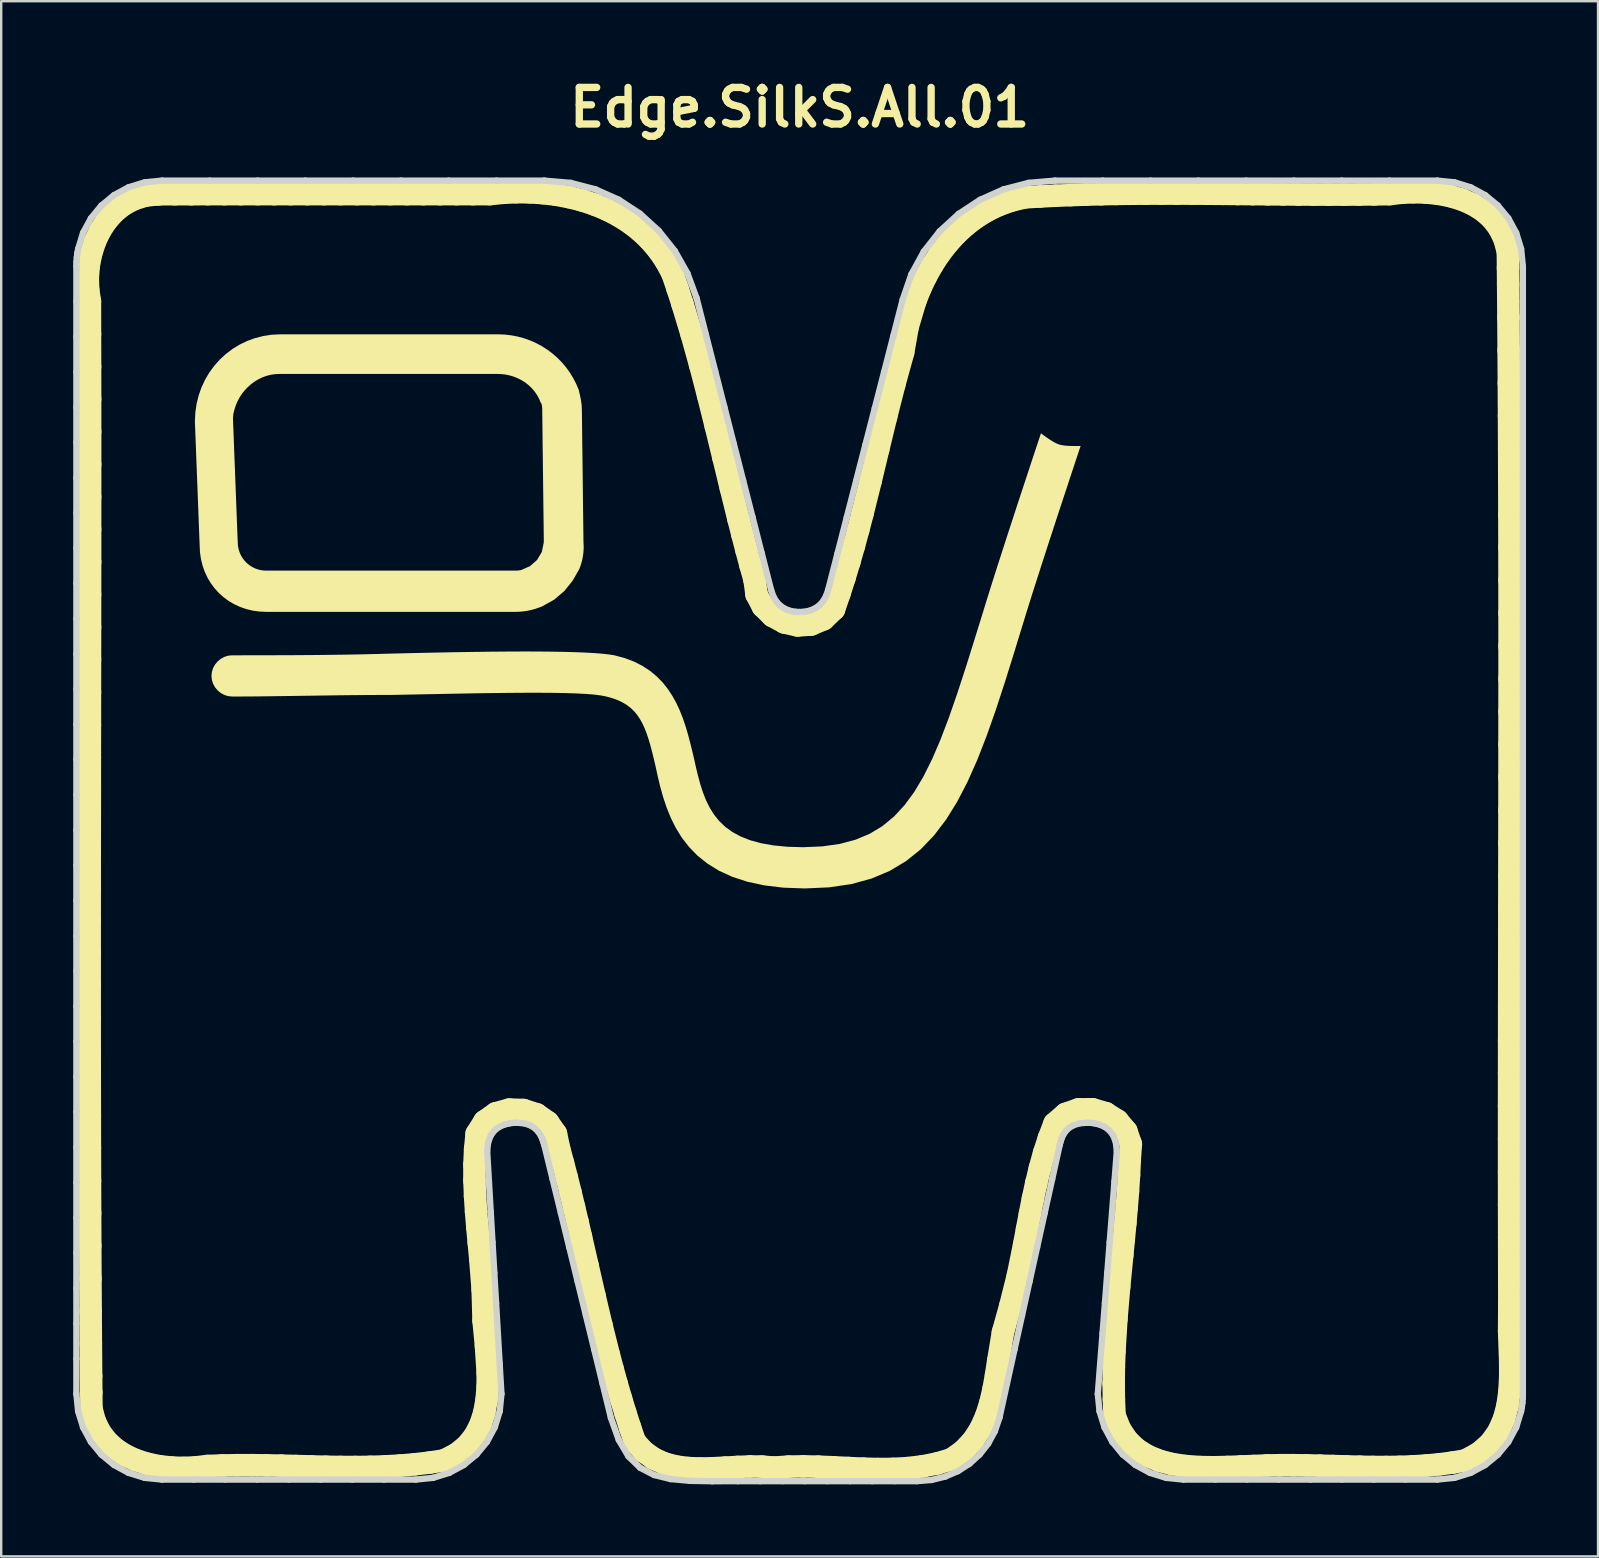
<source format=kicad_pcb>
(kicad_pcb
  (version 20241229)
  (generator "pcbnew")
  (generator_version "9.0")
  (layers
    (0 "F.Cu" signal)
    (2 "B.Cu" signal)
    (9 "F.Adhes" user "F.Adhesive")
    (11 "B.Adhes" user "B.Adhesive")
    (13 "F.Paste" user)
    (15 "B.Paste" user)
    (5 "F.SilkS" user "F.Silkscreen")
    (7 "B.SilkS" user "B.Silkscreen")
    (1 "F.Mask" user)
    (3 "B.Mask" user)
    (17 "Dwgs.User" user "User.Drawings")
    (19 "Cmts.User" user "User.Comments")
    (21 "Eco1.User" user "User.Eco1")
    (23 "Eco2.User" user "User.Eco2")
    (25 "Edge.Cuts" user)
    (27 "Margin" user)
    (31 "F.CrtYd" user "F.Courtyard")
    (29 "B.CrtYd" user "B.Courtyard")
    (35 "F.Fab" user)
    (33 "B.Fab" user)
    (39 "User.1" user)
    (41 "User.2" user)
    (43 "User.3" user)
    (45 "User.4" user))
  (footprint "Edge.SilkS.All.01"
    (layer "F.Cu")
    (at 30.267 31.571)
    (property "Reference" "Edge.SilkS.All.01" (at 0 -30.144 0) (layer "F.SilkS") (effects (font (size 1.524 1.524) (thickness 0.305))))
    (attr smd)
    (fp_line (start -29.659 -23.053) (end -29.644 -22.55) (stroke (width 0.938) (type solid)) (layer "F.SilkS"))
    (fp_line (start -29.644 -22.55) (end -29.57 -22.059) (stroke (width 0.938) (type solid)) (layer "F.SilkS"))
    (fp_line (start -29.618 -23.558) (end -29.659 -23.053) (stroke (width 0.938) (type solid)) (layer "F.SilkS"))
    (fp_line (start -29.58 6.435) (end -29.58 7.791) (stroke (width 0.938) (type solid)) (layer "F.SilkS"))
    (fp_line (start -29.58 5.078) (end -29.58 6.435) (stroke (width 0.938) (type solid)) (layer "F.SilkS"))
    (fp_line (start -29.58 7.791) (end -29.579 9.148) (stroke (width 0.938) (type solid)) (layer "F.SilkS"))
    (fp_line (start -29.58 3.721) (end -29.58 5.078) (stroke (width 0.938) (type solid)) (layer "F.SilkS"))
    (fp_line (start -29.579 2.364) (end -29.58 3.721) (stroke (width 0.938) (type solid)) (layer "F.SilkS"))
    (fp_line (start -29.579 9.148) (end -29.577 10.505) (stroke (width 0.938) (type solid)) (layer "F.SilkS"))
    (fp_line (start -29.578 1.007) (end -29.579 2.364) (stroke (width 0.938) (type solid)) (layer "F.SilkS"))
    (fp_line (start -29.577 10.505) (end -29.574 11.862) (stroke (width 0.938) (type solid)) (layer "F.SilkS"))
    (fp_line (start -29.576 -0.35) (end -29.578 1.007) (stroke (width 0.938) (type solid)) (layer "F.SilkS"))
    (fp_line (start -29.574 -1.707) (end -29.576 -0.35) (stroke (width 0.938) (type solid)) (layer "F.SilkS"))
    (fp_line (start -29.574 11.862) (end -29.571 13.219) (stroke (width 0.938) (type solid)) (layer "F.SilkS"))
    (fp_line (start -29.573 -3.063) (end -29.574 -1.707) (stroke (width 0.938) (type solid)) (layer "F.SilkS"))
    (fp_line (start -29.571 13.219) (end -29.567 14.575) (stroke (width 0.938) (type solid)) (layer "F.SilkS"))
    (fp_line (start -29.571 -4.42) (end -29.573 -3.063) (stroke (width 0.938) (type solid)) (layer "F.SilkS"))
    (fp_line (start -29.57 -22.059) (end -29.567 -20.702) (stroke (width 0.938) (type solid)) (layer "F.SilkS"))
    (fp_line (start -29.569 -5.777) (end -29.571 -4.42) (stroke (width 0.938) (type solid)) (layer "F.SilkS"))
    (fp_line (start -29.567 -7.134) (end -29.569 -5.777) (stroke (width 0.938) (type solid)) (layer "F.SilkS"))
    (fp_line (start -29.567 14.575) (end -29.562 15.932) (stroke (width 0.938) (type solid)) (layer "F.SilkS"))
    (fp_line (start -29.567 -20.702) (end -29.564 -19.346) (stroke (width 0.938) (type solid)) (layer "F.SilkS"))
    (fp_line (start -29.565 -8.491) (end -29.567 -7.134) (stroke (width 0.938) (type solid)) (layer "F.SilkS"))
    (fp_line (start -29.564 -19.346) (end -29.562 -17.989) (stroke (width 0.938) (type solid)) (layer "F.SilkS"))
    (fp_line (start -29.564 -9.847) (end -29.565 -8.491) (stroke (width 0.938) (type solid)) (layer "F.SilkS"))
    (fp_line (start -29.562 -11.204) (end -29.564 -9.847) (stroke (width 0.938) (type solid)) (layer "F.SilkS"))
    (fp_line (start -29.562 -17.989) (end -29.561 -16.632) (stroke (width 0.938) (type solid)) (layer "F.SilkS"))
    (fp_line (start -29.562 15.932) (end -29.556 17.289) (stroke (width 0.938) (type solid)) (layer "F.SilkS"))
    (fp_line (start -29.562 -12.561) (end -29.562 -11.204) (stroke (width 0.938) (type solid)) (layer "F.SilkS"))
    (fp_line (start -29.561 -16.632) (end -29.561 -15.275) (stroke (width 0.938) (type solid)) (layer "F.SilkS"))
    (fp_line (start -29.561 -13.918) (end -29.562 -12.561) (stroke (width 0.938) (type solid)) (layer "F.SilkS"))
    (fp_line (start -29.561 -15.275) (end -29.561 -13.918) (stroke (width 0.938) (type solid)) (layer "F.SilkS"))
    (fp_line (start -29.556 17.289) (end -29.549 18.646) (stroke (width 0.938) (type solid)) (layer "F.SilkS"))
    (fp_line (start -29.549 18.646) (end -29.54 20.003) (stroke (width 0.938) (type solid)) (layer "F.SilkS"))
    (fp_line (start -29.54 20.003) (end -29.531 21.36) (stroke (width 0.938) (type solid)) (layer "F.SilkS"))
    (fp_line (start -29.531 21.36) (end -29.52 22.717) (stroke (width 0.938) (type solid)) (layer "F.SilkS"))
    (fp_line (start -29.521 -24.055) (end -29.618 -23.558) (stroke (width 0.938) (type solid)) (layer "F.SilkS"))
    (fp_line (start -29.52 22.717) (end -29.514 23.395) (stroke (width 0.938) (type solid)) (layer "F.SilkS"))
    (fp_line (start -29.514 23.395) (end -29.508 24.074) (stroke (width 0.938) (type solid)) (layer "F.SilkS"))
    (fp_line (start -29.508 24.074) (end -29.369 24.595) (stroke (width 0.938) (type solid)) (layer "F.SilkS"))
    (fp_line (start -29.369 24.595) (end -29.15 25.045) (stroke (width 0.938) (type solid)) (layer "F.SilkS"))
    (fp_line (start -29.363 -24.544) (end -29.521 -24.055) (stroke (width 0.938) (type solid)) (layer "F.SilkS"))
    (fp_line (start -29.15 25.045) (end -28.86 25.429) (stroke (width 0.938) (type solid)) (layer "F.SilkS"))
    (fp_line (start -29.148 -25.003) (end -29.363 -24.544) (stroke (width 0.938) (type solid)) (layer "F.SilkS"))
    (fp_line (start -28.877 -25.421) (end -29.148 -25.003) (stroke (width 0.938) (type solid)) (layer "F.SilkS"))
    (fp_line (start -28.86 25.429) (end -28.51 25.749) (stroke (width 0.938) (type solid)) (layer "F.SilkS"))
    (fp_line (start -28.549 -25.788) (end -28.877 -25.421) (stroke (width 0.938) (type solid)) (layer "F.SilkS"))
    (fp_line (start -28.51 25.749) (end -28.103 26.012) (stroke (width 0.938) (type solid)) (layer "F.SilkS"))
    (fp_line (start -28.172 -26.089) (end -28.549 -25.788) (stroke (width 0.938) (type solid)) (layer "F.SilkS"))
    (fp_line (start -28.103 26.012) (end -27.654 26.218) (stroke (width 0.938) (type solid)) (layer "F.SilkS"))
    (fp_line (start -27.742 -26.319) (end -28.172 -26.089) (stroke (width 0.938) (type solid)) (layer "F.SilkS"))
    (fp_line (start -27.654 26.218) (end -27.173 26.37) (stroke (width 0.938) (type solid)) (layer "F.SilkS"))
    (fp_line (start -27.26 -26.469) (end -27.742 -26.319) (stroke (width 0.938) (type solid)) (layer "F.SilkS"))
    (fp_line (start -27.173 26.37) (end -26.67 26.472) (stroke (width 0.938) (type solid)) (layer "F.SilkS"))
    (fp_line (start -26.727 -26.527) (end -27.26 -26.469) (stroke (width 0.938) (type solid)) (layer "F.SilkS"))
    (fp_line (start -26.727 -26.527) (end -26.727 -26.527) (stroke (width 0.938) (type solid)) (layer "F.SilkS"))
    (fp_line (start -26.67 26.472) (end -26.164 26.527) (stroke (width 0.938) (type solid)) (layer "F.SilkS"))
    (fp_line (start -26.164 26.527) (end -25.658 26.542) (stroke (width 0.938) (type solid)) (layer "F.SilkS"))
    (fp_line (start -26.036 -26.529) (end -26.727 -26.527) (stroke (width 0.938) (type solid)) (layer "F.SilkS"))
    (fp_line (start -25.658 26.542) (end -25.159 26.519) (stroke (width 0.938) (type solid)) (layer "F.SilkS"))
    (fp_line (start -25.345 -26.53) (end -26.036 -26.529) (stroke (width 0.938) (type solid)) (layer "F.SilkS"))
    (fp_line (start -25.159 26.519) (end -24.679 26.462) (stroke (width 0.938) (type solid)) (layer "F.SilkS"))
    (fp_line (start -24.679 26.462) (end -24.065 26.439) (stroke (width 0.938) (type solid)) (layer "F.SilkS"))
    (fp_line (start -24.655 -26.531) (end -25.345 -26.53) (stroke (width 0.938) (type solid)) (layer "F.SilkS"))
    (fp_line (start -24.065 26.439) (end -23.448 26.428) (stroke (width 0.938) (type solid)) (layer "F.SilkS"))
    (fp_line (start -23.964 -26.531) (end -24.655 -26.531) (stroke (width 0.938) (type solid)) (layer "F.SilkS"))
    (fp_line (start -23.448 26.428) (end -22.83 26.427) (stroke (width 0.938) (type solid)) (layer "F.SilkS"))
    (fp_line (start -23.273 -26.532) (end -23.964 -26.531) (stroke (width 0.938) (type solid)) (layer "F.SilkS"))
    (fp_line (start -22.83 26.427) (end -22.211 26.435) (stroke (width 0.938) (type solid)) (layer "F.SilkS"))
    (fp_line (start -22.582 -26.532) (end -23.273 -26.532) (stroke (width 0.938) (type solid)) (layer "F.SilkS"))
    (fp_line (start -22.211 26.435) (end -21.594 26.447) (stroke (width 0.938) (type solid)) (layer "F.SilkS"))
    (fp_line (start -21.892 -26.532) (end -22.582 -26.532) (stroke (width 0.938) (type solid)) (layer "F.SilkS"))
    (fp_line (start -21.594 26.447) (end -20.977 26.463) (stroke (width 0.938) (type solid)) (layer "F.SilkS"))
    (fp_line (start -21.201 -26.532) (end -21.892 -26.532) (stroke (width 0.938) (type solid)) (layer "F.SilkS"))
    (fp_line (start -20.977 26.463) (end -20.359 26.479) (stroke (width 0.938) (type solid)) (layer "F.SilkS"))
    (fp_line (start -20.51 -26.532) (end -21.201 -26.532) (stroke (width 0.938) (type solid)) (layer "F.SilkS"))
    (fp_line (start -20.359 26.479) (end -19.742 26.493) (stroke (width 0.938) (type solid)) (layer "F.SilkS"))
    (fp_line (start -19.82 -26.532) (end -20.51 -26.532) (stroke (width 0.938) (type solid)) (layer "F.SilkS"))
    (fp_line (start -19.742 26.493) (end -19.123 26.502) (stroke (width 0.938) (type solid)) (layer "F.SilkS"))
    (fp_line (start -19.129 -26.532) (end -19.82 -26.532) (stroke (width 0.938) (type solid)) (layer "F.SilkS"))
    (fp_line (start -19.123 26.502) (end -18.505 26.504) (stroke (width 0.938) (type solid)) (layer "F.SilkS"))
    (fp_line (start -18.505 26.504) (end -17.888 26.497) (stroke (width 0.938) (type solid)) (layer "F.SilkS"))
    (fp_line (start -18.438 -26.532) (end -19.129 -26.532) (stroke (width 0.938) (type solid)) (layer "F.SilkS"))
    (fp_line (start -17.888 26.497) (end -17.273 26.478) (stroke (width 0.938) (type solid)) (layer "F.SilkS"))
    (fp_line (start -17.748 -26.532) (end -18.438 -26.532) (stroke (width 0.938) (type solid)) (layer "F.SilkS"))
    (fp_line (start -17.273 26.478) (end -16.655 26.444) (stroke (width 0.938) (type solid)) (layer "F.SilkS"))
    (fp_line (start -17.057 -26.531) (end -17.748 -26.532) (stroke (width 0.938) (type solid)) (layer "F.SilkS"))
    (fp_line (start -16.655 26.444) (end -16.04 26.392) (stroke (width 0.938) (type solid)) (layer "F.SilkS"))
    (fp_line (start -16.366 -26.531) (end -17.057 -26.531) (stroke (width 0.938) (type solid)) (layer "F.SilkS"))
    (fp_line (start -16.04 26.392) (end -15.427 26.321) (stroke (width 0.938) (type solid)) (layer "F.SilkS"))
    (fp_line (start -15.676 -26.531) (end -16.366 -26.531) (stroke (width 0.938) (type solid)) (layer "F.SilkS"))
    (fp_line (start -15.427 26.321) (end -14.818 26.228) (stroke (width 0.938) (type solid)) (layer "F.SilkS"))
    (fp_line (start -14.985 -26.531) (end -15.676 -26.531) (stroke (width 0.938) (type solid)) (layer "F.SilkS"))
    (fp_line (start -14.818 26.228) (end -14.283 25.954) (stroke (width 0.938) (type solid)) (layer "F.SilkS"))
    (fp_line (start -14.294 -26.531) (end -14.985 -26.531) (stroke (width 0.938) (type solid)) (layer "F.SilkS"))
    (fp_line (start -14.283 25.954) (end -13.859 25.608) (stroke (width 0.938) (type solid)) (layer "F.SilkS"))
    (fp_line (start -13.859 25.608) (end -13.535 25.2) (stroke (width 0.938) (type solid)) (layer "F.SilkS"))
    (fp_line (start -13.603 -26.531) (end -14.294 -26.531) (stroke (width 0.938) (type solid)) (layer "F.SilkS"))
    (fp_line (start -13.549 13.909) (end -13.52 13.261) (stroke (width 0.938) (type solid)) (layer "F.SilkS"))
    (fp_line (start -13.548 14.56) (end -13.549 13.909) (stroke (width 0.938) (type solid)) (layer "F.SilkS"))
    (fp_line (start -13.535 25.2) (end -13.298 24.739) (stroke (width 0.938) (type solid)) (layer "F.SilkS"))
    (fp_line (start -13.523 15.213) (end -13.548 14.56) (stroke (width 0.938) (type solid)) (layer "F.SilkS"))
    (fp_line (start -13.52 13.261) (end -13.457 12.617) (stroke (width 0.938) (type solid)) (layer "F.SilkS"))
    (fp_line (start -13.481 15.859) (end -13.523 15.213) (stroke (width 0.938) (type solid)) (layer "F.SilkS"))
    (fp_line (start -13.457 12.617) (end -13.129 12.096) (stroke (width 0.938) (type solid)) (layer "F.SilkS"))
    (fp_line (start -13.428 16.507) (end -13.481 15.859) (stroke (width 0.938) (type solid)) (layer "F.SilkS"))
    (fp_line (start -13.368 17.156) (end -13.428 16.507) (stroke (width 0.938) (type solid)) (layer "F.SilkS"))
    (fp_line (start -13.308 17.804) (end -13.368 17.156) (stroke (width 0.938) (type solid)) (layer "F.SilkS"))
    (fp_line (start -13.298 24.739) (end -13.138 24.238) (stroke (width 0.938) (type solid)) (layer "F.SilkS"))
    (fp_line (start -13.206 19.105) (end -13.308 17.804) (stroke (width 0.938) (type solid)) (layer "F.SilkS"))
    (fp_line (start -13.169 20.4) (end -13.206 19.105) (stroke (width 0.938) (type solid)) (layer "F.SilkS"))
    (fp_line (start -13.138 24.238) (end -13.042 23.705) (stroke (width 0.938) (type solid)) (layer "F.SilkS"))
    (fp_line (start -13.129 12.096) (end -12.656 11.764) (stroke (width 0.938) (type solid)) (layer "F.SilkS"))
    (fp_line (start -13.069 21.456) (end -13.169 20.4) (stroke (width 0.938) (type solid)) (layer "F.SilkS"))
    (fp_line (start -13.042 23.705) (end -12.998 23.151) (stroke (width 0.938) (type solid)) (layer "F.SilkS"))
    (fp_line (start -12.998 23.151) (end -12.996 22.584) (stroke (width 0.938) (type solid)) (layer "F.SilkS"))
    (fp_line (start -12.996 22.584) (end -13.069 21.456) (stroke (width 0.938) (type solid)) (layer "F.SilkS"))
    (fp_line (start -12.913 -26.532) (end -13.603 -26.531) (stroke (width 0.938) (type solid)) (layer "F.SilkS"))
    (fp_line (start -12.656 11.764) (end -12.097 11.611) (stroke (width 0.938) (type solid)) (layer "F.SilkS"))
    (fp_line (start -12.367 -26.587) (end -12.913 -26.532) (stroke (width 0.938) (type solid)) (layer "F.SilkS"))
    (fp_line (start -12.097 11.611) (end -11.509 11.629) (stroke (width 0.938) (type solid)) (layer "F.SilkS"))
    (fp_line (start -11.813 -26.613) (end -12.367 -26.587) (stroke (width 0.938) (type solid)) (layer "F.SilkS"))
    (fp_line (start -11.509 11.629) (end -10.953 11.808) (stroke (width 0.938) (type solid)) (layer "F.SilkS"))
    (fp_line (start -11.256 -26.609) (end -11.813 -26.613) (stroke (width 0.938) (type solid)) (layer "F.SilkS"))
    (fp_line (start -10.953 11.808) (end -10.482 12.139) (stroke (width 0.938) (type solid)) (layer "F.SilkS"))
    (fp_line (start -10.698 -26.574) (end -11.256 -26.609) (stroke (width 0.938) (type solid)) (layer "F.SilkS"))
    (fp_line (start -10.482 12.139) (end -10.153 12.613) (stroke (width 0.938) (type solid)) (layer "F.SilkS"))
    (fp_line (start -10.153 12.613) (end -10.024 13.223) (stroke (width 0.938) (type solid)) (layer "F.SilkS"))
    (fp_line (start -10.143 -26.507) (end -10.698 -26.574) (stroke (width 0.938) (type solid)) (layer "F.SilkS"))
    (fp_line (start -10.024 13.223) (end -9.86 13.833) (stroke (width 0.938) (type solid)) (layer "F.SilkS"))
    (fp_line (start -9.86 13.833) (end -9.701 14.445) (stroke (width 0.938) (type solid)) (layer "F.SilkS"))
    (fp_line (start -9.701 14.445) (end -9.548 15.058) (stroke (width 0.938) (type solid)) (layer "F.SilkS"))
    (fp_line (start -9.595 -26.405) (end -10.143 -26.507) (stroke (width 0.938) (type solid)) (layer "F.SilkS"))
    (fp_line (start -9.548 15.058) (end -9.4 15.673) (stroke (width 0.938) (type solid)) (layer "F.SilkS"))
    (fp_line (start -9.4 15.673) (end -9.254 16.288) (stroke (width 0.938) (type solid)) (layer "F.SilkS"))
    (fp_line (start -9.254 16.288) (end -9.112 16.904) (stroke (width 0.938) (type solid)) (layer "F.SilkS"))
    (fp_line (start -9.112 16.904) (end -8.83 18.136) (stroke (width 0.938) (type solid)) (layer "F.SilkS"))
    (fp_line (start -9.059 -26.269) (end -9.595 -26.405) (stroke (width 0.938) (type solid)) (layer "F.SilkS"))
    (fp_line (start -8.83 18.136) (end -8.547 19.369) (stroke (width 0.938) (type solid)) (layer "F.SilkS"))
    (fp_line (start -8.547 19.369) (end -8.256 20.599) (stroke (width 0.938) (type solid)) (layer "F.SilkS"))
    (fp_line (start -8.536 -26.096) (end -9.059 -26.269) (stroke (width 0.938) (type solid)) (layer "F.SilkS"))
    (fp_line (start -8.256 20.599) (end -7.949 21.826) (stroke (width 0.938) (type solid)) (layer "F.SilkS"))
    (fp_line (start -8.021 -25.881) (end -8.536 -26.096) (stroke (width 0.938) (type solid)) (layer "F.SilkS"))
    (fp_line (start -7.949 21.826) (end -7.787 22.437) (stroke (width 0.938) (type solid)) (layer "F.SilkS"))
    (fp_line (start -7.787 22.437) (end -7.619 23.045) (stroke (width 0.938) (type solid)) (layer "F.SilkS"))
    (fp_line (start -7.619 23.045) (end -7.442 23.652) (stroke (width 0.938) (type solid)) (layer "F.SilkS"))
    (fp_line (start -7.528 -25.625) (end -8.021 -25.881) (stroke (width 0.938) (type solid)) (layer "F.SilkS"))
    (fp_line (start -7.442 23.652) (end -7.258 24.257) (stroke (width 0.938) (type solid)) (layer "F.SilkS"))
    (fp_line (start -7.258 24.257) (end -7.064 24.858) (stroke (width 0.938) (type solid)) (layer "F.SilkS"))
    (fp_line (start -7.064 24.858) (end -6.859 25.456) (stroke (width 0.938) (type solid)) (layer "F.SilkS"))
    (fp_line (start -7.062 -25.327) (end -7.528 -25.625) (stroke (width 0.938) (type solid)) (layer "F.SilkS"))
    (fp_line (start -6.859 25.456) (end -6.494 25.857) (stroke (width 0.938) (type solid)) (layer "F.SilkS"))
    (fp_line (start -6.627 -24.986) (end -7.062 -25.327) (stroke (width 0.938) (type solid)) (layer "F.SilkS"))
    (fp_line (start -6.494 25.857) (end -6.084 26.151) (stroke (width 0.938) (type solid)) (layer "F.SilkS"))
    (fp_line (start -6.238 -24.612) (end -6.627 -24.986) (stroke (width 0.938) (type solid)) (layer "F.SilkS"))
    (fp_line (start -6.084 26.151) (end -5.634 26.355) (stroke (width 0.938) (type solid)) (layer "F.SilkS"))
    (fp_line (start -5.884 -24.195) (end -6.238 -24.612) (stroke (width 0.938) (type solid)) (layer "F.SilkS"))
    (fp_line (start -5.634 26.355) (end -5.153 26.482) (stroke (width 0.938) (type solid)) (layer "F.SilkS"))
    (fp_line (start -5.57 -23.734) (end -5.884 -24.195) (stroke (width 0.938) (type solid)) (layer "F.SilkS"))
    (fp_line (start -5.3 -23.227) (end -5.57 -23.734) (stroke (width 0.938) (type solid)) (layer "F.SilkS"))
    (fp_line (start -5.153 26.482) (end -4.664 26.546) (stroke (width 0.938) (type solid)) (layer "F.SilkS"))
    (fp_line (start -5.088 -22.601) (end -5.3 -23.227) (stroke (width 0.938) (type solid)) (layer "F.SilkS"))
    (fp_line (start -4.885 -21.971) (end -5.088 -22.601) (stroke (width 0.938) (type solid)) (layer "F.SilkS"))
    (fp_line (start -4.664 26.546) (end -4.158 26.567) (stroke (width 0.938) (type solid)) (layer "F.SilkS"))
    (fp_line (start -4.503 -20.705) (end -4.885 -21.971) (stroke (width 0.938) (type solid)) (layer "F.SilkS"))
    (fp_line (start -4.158 26.567) (end -3.64 26.557) (stroke (width 0.938) (type solid)) (layer "F.SilkS"))
    (fp_line (start -4.148 -19.431) (end -4.503 -20.705) (stroke (width 0.938) (type solid)) (layer "F.SilkS"))
    (fp_line (start -3.814 -18.15) (end -4.148 -19.431) (stroke (width 0.938) (type solid)) (layer "F.SilkS"))
    (fp_line (start -3.64 26.557) (end -3.117 26.531) (stroke (width 0.938) (type solid)) (layer "F.SilkS"))
    (fp_line (start -3.494 -16.867) (end -3.814 -18.15) (stroke (width 0.938) (type solid)) (layer "F.SilkS"))
    (fp_line (start -3.181 -15.581) (end -3.494 -16.867) (stroke (width 0.938) (type solid)) (layer "F.SilkS"))
    (fp_line (start -3.117 26.531) (end -2.591 26.501) (stroke (width 0.938) (type solid)) (layer "F.SilkS"))
    (fp_line (start -2.869 -14.295) (end -3.181 -15.581) (stroke (width 0.938) (type solid)) (layer "F.SilkS"))
    (fp_line (start -2.591 26.501) (end -2.071 26.481) (stroke (width 0.938) (type solid)) (layer "F.SilkS"))
    (fp_line (start -2.552 -13.011) (end -2.869 -14.295) (stroke (width 0.938) (type solid)) (layer "F.SilkS"))
    (fp_line (start -2.389 -12.369) (end -2.552 -13.011) (stroke (width 0.938) (type solid)) (layer "F.SilkS"))
    (fp_line (start -2.223 -11.729) (end -2.389 -12.369) (stroke (width 0.938) (type solid)) (layer "F.SilkS"))
    (fp_line (start -2.071 26.481) (end -1.565 26.486) (stroke (width 0.938) (type solid)) (layer "F.SilkS"))
    (fp_line (start -2.052 -11.09) (end -2.223 -11.729) (stroke (width 0.938) (type solid)) (layer "F.SilkS"))
    (fp_line (start -1.876 -10.453) (end -2.052 -11.09) (stroke (width 0.938) (type solid)) (layer "F.SilkS"))
    (fp_line (start -1.795 -9.855) (end -1.876 -10.453) (stroke (width 0.938) (type solid)) (layer "F.SilkS"))
    (fp_line (start -1.565 26.486) (end -1.079 26.528) (stroke (width 0.938) (type solid)) (layer "F.SilkS"))
    (fp_line (start -1.533 -9.35) (end -1.795 -9.855) (stroke (width 0.938) (type solid)) (layer "F.SilkS"))
    (fp_line (start -1.132 -8.955) (end -1.533 -9.35) (stroke (width 0.938) (type solid)) (layer "F.SilkS"))
    (fp_line (start -1.079 26.528) (end -0.466 26.487) (stroke (width 0.938) (type solid)) (layer "F.SilkS"))
    (fp_line (start -0.637 -8.686) (end -1.132 -8.955) (stroke (width 0.938) (type solid)) (layer "F.SilkS"))
    (fp_line (start -0.466 26.487) (end 0.153 26.477) (stroke (width 0.938) (type solid)) (layer "F.SilkS"))
    (fp_line (start -0.084 -8.561) (end -0.637 -8.686) (stroke (width 0.938) (type solid)) (layer "F.SilkS"))
    (fp_line (start 0.153 26.477) (end 0.777 26.49) (stroke (width 0.938) (type solid)) (layer "F.SilkS"))
    (fp_line (start 0.476 -8.599) (end -0.084 -8.561) (stroke (width 0.938) (type solid)) (layer "F.SilkS"))
    (fp_line (start 0.777 26.49) (end 1.403 26.515) (stroke (width 0.938) (type solid)) (layer "F.SilkS"))
    (fp_line (start 0.997 -8.818) (end 0.476 -8.599) (stroke (width 0.938) (type solid)) (layer "F.SilkS"))
    (fp_line (start 1.403 26.515) (end 2.026 26.546) (stroke (width 0.938) (type solid)) (layer "F.SilkS"))
    (fp_line (start 1.434 -9.236) (end 0.997 -8.818) (stroke (width 0.938) (type solid)) (layer "F.SilkS"))
    (fp_line (start 1.659 -9.89) (end 1.434 -9.236) (stroke (width 0.938) (type solid)) (layer "F.SilkS"))
    (fp_line (start 1.871 -10.55) (end 1.659 -9.89) (stroke (width 0.938) (type solid)) (layer "F.SilkS"))
    (fp_line (start 2.026 26.546) (end 2.648 26.573) (stroke (width 0.938) (type solid)) (layer "F.SilkS"))
    (fp_line (start 2.072 -11.213) (end 1.871 -10.55) (stroke (width 0.938) (type solid)) (layer "F.SilkS"))
    (fp_line (start 2.263 -11.881) (end 2.072 -11.213) (stroke (width 0.938) (type solid)) (layer "F.SilkS"))
    (fp_line (start 2.444 -12.549) (end 2.263 -11.881) (stroke (width 0.938) (type solid)) (layer "F.SilkS"))
    (fp_line (start 2.619 -13.219) (end 2.444 -12.549) (stroke (width 0.938) (type solid)) (layer "F.SilkS"))
    (fp_line (start 2.648 26.573) (end 3.268 26.588) (stroke (width 0.938) (type solid)) (layer "F.SilkS"))
    (fp_line (start 2.954 -14.566) (end 2.619 -13.219) (stroke (width 0.938) (type solid)) (layer "F.SilkS"))
    (fp_line (start 3.268 26.588) (end 3.886 26.583) (stroke (width 0.938) (type solid)) (layer "F.SilkS"))
    (fp_line (start 3.278 -15.914) (end 2.954 -14.566) (stroke (width 0.938) (type solid)) (layer "F.SilkS"))
    (fp_line (start 3.605 -17.261) (end 3.278 -15.914) (stroke (width 0.938) (type solid)) (layer "F.SilkS"))
    (fp_line (start 3.886 26.583) (end 4.507 26.549) (stroke (width 0.938) (type solid)) (layer "F.SilkS"))
    (fp_line (start 3.946 -18.606) (end 3.605 -17.261) (stroke (width 0.938) (type solid)) (layer "F.SilkS"))
    (fp_line (start 4.314 -19.941) (end 3.946 -18.606) (stroke (width 0.938) (type solid)) (layer "F.SilkS"))
    (fp_line (start 4.505 -21.017) (end 4.314 -19.941) (stroke (width 0.938) (type solid)) (layer "F.SilkS"))
    (fp_line (start 4.507 26.549) (end 5.123 26.476) (stroke (width 0.938) (type solid)) (layer "F.SilkS"))
    (fp_line (start 4.82 -22.077) (end 4.505 -21.017) (stroke (width 0.938) (type solid)) (layer "F.SilkS"))
    (fp_line (start 5.024 -22.592) (end 4.82 -22.077) (stroke (width 0.938) (type solid)) (layer "F.SilkS"))
    (fp_line (start 5.123 26.476) (end 5.729 26.356) (stroke (width 0.938) (type solid)) (layer "F.SilkS"))
    (fp_line (start 5.26 -23.09) (end 5.024 -22.592) (stroke (width 0.938) (type solid)) (layer "F.SilkS"))
    (fp_line (start 5.527 -23.57) (end 5.26 -23.09) (stroke (width 0.938) (type solid)) (layer "F.SilkS"))
    (fp_line (start 5.729 26.356) (end 6.326 26.18) (stroke (width 0.938) (type solid)) (layer "F.SilkS"))
    (fp_line (start 5.825 -24.027) (end 5.527 -23.57) (stroke (width 0.938) (type solid)) (layer "F.SilkS"))
    (fp_line (start 6.163 -24.466) (end 5.825 -24.027) (stroke (width 0.938) (type solid)) (layer "F.SilkS"))
    (fp_line (start 6.326 26.18) (end 6.828 25.821) (stroke (width 0.938) (type solid)) (layer "F.SilkS"))
    (fp_line (start 6.533 -24.872) (end 6.163 -24.466) (stroke (width 0.938) (type solid)) (layer "F.SilkS"))
    (fp_line (start 6.828 25.821) (end 7.226 25.395) (stroke (width 0.938) (type solid)) (layer "F.SilkS"))
    (fp_line (start 6.937 -25.243) (end 6.533 -24.872) (stroke (width 0.938) (type solid)) (layer "F.SilkS"))
    (fp_line (start 7.226 25.395) (end 7.536 24.913) (stroke (width 0.938) (type solid)) (layer "F.SilkS"))
    (fp_line (start 7.375 -25.573) (end 6.937 -25.243) (stroke (width 0.938) (type solid)) (layer "F.SilkS"))
    (fp_line (start 7.536 24.913) (end 7.773 24.384) (stroke (width 0.938) (type solid)) (layer "F.SilkS"))
    (fp_line (start 7.773 24.384) (end 7.946 23.838) (stroke (width 0.938) (type solid)) (layer "F.SilkS"))
    (fp_line (start 7.832 -25.852) (end 7.375 -25.573) (stroke (width 0.938) (type solid)) (layer "F.SilkS"))
    (fp_line (start 7.946 23.838) (end 8.079 23.267) (stroke (width 0.938) (type solid)) (layer "F.SilkS"))
    (fp_line (start 8.079 23.267) (end 8.183 22.68) (stroke (width 0.938) (type solid)) (layer "F.SilkS"))
    (fp_line (start 8.183 22.68) (end 8.274 22.086) (stroke (width 0.938) (type solid)) (layer "F.SilkS"))
    (fp_line (start 8.274 22.086) (end 8.471 20.894) (stroke (width 0.938) (type solid)) (layer "F.SilkS"))
    (fp_line (start 8.322 -26.085) (end 7.832 -25.852) (stroke (width 0.938) (type solid)) (layer "F.SilkS"))
    (fp_line (start 8.471 20.894) (end 8.778 19.79) (stroke (width 0.938) (type solid)) (layer "F.SilkS"))
    (fp_line (start 8.778 19.79) (end 9.094 18.528) (stroke (width 0.938) (type solid)) (layer "F.SilkS"))
    (fp_line (start 8.843 -26.268) (end 8.322 -26.085) (stroke (width 0.938) (type solid)) (layer "F.SilkS"))
    (fp_line (start 9.094 18.528) (end 9.354 17.245) (stroke (width 0.938) (type solid)) (layer "F.SilkS"))
    (fp_line (start 9.354 17.245) (end 9.474 16.603) (stroke (width 0.938) (type solid)) (layer "F.SilkS"))
    (fp_line (start 9.396 -26.399) (end 8.843 -26.268) (stroke (width 0.938) (type solid)) (layer "F.SilkS"))
    (fp_line (start 9.474 16.603) (end 9.595 15.961) (stroke (width 0.938) (type solid)) (layer "F.SilkS"))
    (fp_line (start 9.595 15.961) (end 9.721 15.321) (stroke (width 0.938) (type solid)) (layer "F.SilkS"))
    (fp_line (start 9.721 15.321) (end 9.858 14.685) (stroke (width 0.938) (type solid)) (layer "F.SilkS"))
    (fp_line (start 9.858 14.685) (end 10.012 14.049) (stroke (width 0.938) (type solid)) (layer "F.SilkS"))
    (fp_line (start 10.012 14.049) (end 10.186 13.42) (stroke (width 0.938) (type solid)) (layer "F.SilkS"))
    (fp_line (start 10.028 -26.435) (end 9.396 -26.399) (stroke (width 0.938) (type solid)) (layer "F.SilkS"))
    (fp_line (start 10.186 13.42) (end 10.387 12.8) (stroke (width 0.938) (type solid)) (layer "F.SilkS"))
    (fp_line (start 10.387 12.8) (end 10.618 12.193) (stroke (width 0.938) (type solid)) (layer "F.SilkS"))
    (fp_line (start 10.618 12.193) (end 11.077 11.792) (stroke (width 0.938) (type solid)) (layer "F.SilkS"))
    (fp_line (start 10.659 -26.466) (end 10.028 -26.435) (stroke (width 0.938) (type solid)) (layer "F.SilkS"))
    (fp_line (start 11.077 11.792) (end 11.622 11.601) (stroke (width 0.938) (type solid)) (layer "F.SilkS"))
    (fp_line (start 11.292 -26.491) (end 10.659 -26.466) (stroke (width 0.938) (type solid)) (layer "F.SilkS"))
    (fp_line (start 11.622 11.601) (end 12.2 11.597) (stroke (width 0.938) (type solid)) (layer "F.SilkS"))
    (fp_line (start 11.924 -26.512) (end 11.292 -26.491) (stroke (width 0.938) (type solid)) (layer "F.SilkS"))
    (fp_line (start 12.2 11.597) (end 12.76 11.761) (stroke (width 0.938) (type solid)) (layer "F.SilkS"))
    (fp_line (start 12.556 -26.528) (end 11.924 -26.512) (stroke (width 0.938) (type solid)) (layer "F.SilkS"))
    (fp_line (start 12.76 11.761) (end 13.249 12.071) (stroke (width 0.938) (type solid)) (layer "F.SilkS"))
    (fp_line (start 13.086 23.016) (end 13.094 23.684) (stroke (width 0.938) (type solid)) (layer "F.SilkS"))
    (fp_line (start 13.094 23.684) (end 13.121 24.352) (stroke (width 0.938) (type solid)) (layer "F.SilkS"))
    (fp_line (start 13.094 22.346) (end 13.086 23.016) (stroke (width 0.938) (type solid)) (layer "F.SilkS"))
    (fp_line (start 13.118 21.676) (end 13.094 22.346) (stroke (width 0.938) (type solid)) (layer "F.SilkS"))
    (fp_line (start 13.121 24.352) (end 13.349 24.928) (stroke (width 0.938) (type solid)) (layer "F.SilkS"))
    (fp_line (start 13.189 -26.54) (end 12.556 -26.528) (stroke (width 0.938) (type solid)) (layer "F.SilkS"))
    (fp_line (start 13.199 20.342) (end 13.118 21.676) (stroke (width 0.938) (type solid)) (layer "F.SilkS"))
    (fp_line (start 13.249 12.071) (end 13.614 12.508) (stroke (width 0.938) (type solid)) (layer "F.SilkS"))
    (fp_line (start 13.313 19.007) (end 13.199 20.342) (stroke (width 0.938) (type solid)) (layer "F.SilkS"))
    (fp_line (start 13.349 24.928) (end 13.661 25.395) (stroke (width 0.938) (type solid)) (layer "F.SilkS"))
    (fp_line (start 13.443 17.675) (end 13.313 19.007) (stroke (width 0.938) (type solid)) (layer "F.SilkS"))
    (fp_line (start 13.508 17.009) (end 13.443 17.675) (stroke (width 0.938) (type solid)) (layer "F.SilkS"))
    (fp_line (start 13.571 16.343) (end 13.508 17.009) (stroke (width 0.938) (type solid)) (layer "F.SilkS"))
    (fp_line (start 13.614 12.508) (end 13.801 13.049) (stroke (width 0.938) (type solid)) (layer "F.SilkS"))
    (fp_line (start 13.63 15.675) (end 13.571 16.343) (stroke (width 0.938) (type solid)) (layer "F.SilkS"))
    (fp_line (start 13.661 25.395) (end 14.047 25.762) (stroke (width 0.938) (type solid)) (layer "F.SilkS"))
    (fp_line (start 13.682 15.007) (end 13.63 15.675) (stroke (width 0.938) (type solid)) (layer "F.SilkS"))
    (fp_line (start 13.725 14.34) (end 13.682 15.007) (stroke (width 0.938) (type solid)) (layer "F.SilkS"))
    (fp_line (start 13.757 13.673) (end 13.725 14.34) (stroke (width 0.938) (type solid)) (layer "F.SilkS"))
    (fp_line (start 13.801 13.049) (end 13.757 13.673) (stroke (width 0.938) (type solid)) (layer "F.SilkS"))
    (fp_line (start 13.821 -26.548) (end 13.189 -26.54) (stroke (width 0.938) (type solid)) (layer "F.SilkS"))
    (fp_line (start 14.047 25.762) (end 14.494 26.041) (stroke (width 0.938) (type solid)) (layer "F.SilkS"))
    (fp_line (start 14.454 -26.553) (end 13.821 -26.548) (stroke (width 0.938) (type solid)) (layer "F.SilkS"))
    (fp_line (start 14.494 26.041) (end 14.992 26.244) (stroke (width 0.938) (type solid)) (layer "F.SilkS"))
    (fp_line (start 14.992 26.244) (end 15.529 26.382) (stroke (width 0.938) (type solid)) (layer "F.SilkS"))
    (fp_line (start 15.087 -26.555) (end 14.454 -26.553) (stroke (width 0.938) (type solid)) (layer "F.SilkS"))
    (fp_line (start 15.529 26.382) (end 16.093 26.465) (stroke (width 0.938) (type solid)) (layer "F.SilkS"))
    (fp_line (start 15.719 -26.555) (end 15.087 -26.555) (stroke (width 0.938) (type solid)) (layer "F.SilkS"))
    (fp_line (start 16.093 26.465) (end 16.674 26.506) (stroke (width 0.938) (type solid)) (layer "F.SilkS"))
    (fp_line (start 16.352 -26.553) (end 15.719 -26.555) (stroke (width 0.938) (type solid)) (layer "F.SilkS"))
    (fp_line (start 16.674 26.506) (end 17.256 26.514) (stroke (width 0.938) (type solid)) (layer "F.SilkS"))
    (fp_line (start 16.984 -26.549) (end 16.352 -26.553) (stroke (width 0.938) (type solid)) (layer "F.SilkS"))
    (fp_line (start 17.256 26.514) (end 17.832 26.503) (stroke (width 0.938) (type solid)) (layer "F.SilkS"))
    (fp_line (start 17.617 -26.544) (end 16.984 -26.549) (stroke (width 0.938) (type solid)) (layer "F.SilkS"))
    (fp_line (start 17.832 26.503) (end 18.39 26.481) (stroke (width 0.938) (type solid)) (layer "F.SilkS"))
    (fp_line (start 18.25 -26.538) (end 17.617 -26.544) (stroke (width 0.938) (type solid)) (layer "F.SilkS"))
    (fp_line (start 18.39 26.481) (end 18.918 26.462) (stroke (width 0.938) (type solid)) (layer "F.SilkS"))
    (fp_line (start 18.882 -26.532) (end 18.25 -26.538) (stroke (width 0.938) (type solid)) (layer "F.SilkS"))
    (fp_line (start 18.918 26.462) (end 19.468 26.439) (stroke (width 0.938) (type solid)) (layer "F.SilkS"))
    (fp_line (start 19.468 26.439) (end 20.02 26.428) (stroke (width 0.938) (type solid)) (layer "F.SilkS"))
    (fp_line (start 19.515 -26.526) (end 18.882 -26.532) (stroke (width 0.938) (type solid)) (layer "F.SilkS"))
    (fp_line (start 20.02 26.428) (end 20.573 26.428) (stroke (width 0.938) (type solid)) (layer "F.SilkS"))
    (fp_line (start 20.147 -26.521) (end 19.515 -26.526) (stroke (width 0.938) (type solid)) (layer "F.SilkS"))
    (fp_line (start 20.573 26.428) (end 21.127 26.435) (stroke (width 0.938) (type solid)) (layer "F.SilkS"))
    (fp_line (start 20.78 -26.516) (end 20.147 -26.521) (stroke (width 0.938) (type solid)) (layer "F.SilkS"))
    (fp_line (start 21.127 26.435) (end 21.679 26.448) (stroke (width 0.938) (type solid)) (layer "F.SilkS"))
    (fp_line (start 21.413 -26.513) (end 20.78 -26.516) (stroke (width 0.938) (type solid)) (layer "F.SilkS"))
    (fp_line (start 21.679 26.448) (end 22.232 26.463) (stroke (width 0.938) (type solid)) (layer "F.SilkS"))
    (fp_line (start 22.045 -26.512) (end 21.413 -26.513) (stroke (width 0.938) (type solid)) (layer "F.SilkS"))
    (fp_line (start 22.232 26.463) (end 22.784 26.479) (stroke (width 0.938) (type solid)) (layer "F.SilkS"))
    (fp_line (start 22.678 -26.512) (end 22.045 -26.512) (stroke (width 0.938) (type solid)) (layer "F.SilkS"))
    (fp_line (start 22.784 26.479) (end 23.337 26.492) (stroke (width 0.938) (type solid)) (layer "F.SilkS"))
    (fp_line (start 23.311 -26.516) (end 22.678 -26.512) (stroke (width 0.938) (type solid)) (layer "F.SilkS"))
    (fp_line (start 23.337 26.492) (end 23.891 26.502) (stroke (width 0.938) (type solid)) (layer "F.SilkS"))
    (fp_line (start 23.891 26.502) (end 24.444 26.504) (stroke (width 0.938) (type solid)) (layer "F.SilkS"))
    (fp_line (start 23.943 -26.522) (end 23.311 -26.516) (stroke (width 0.938) (type solid)) (layer "F.SilkS"))
    (fp_line (start 24.444 26.504) (end 24.996 26.497) (stroke (width 0.938) (type solid)) (layer "F.SilkS"))
    (fp_line (start 24.575 -26.532) (end 23.943 -26.522) (stroke (width 0.938) (type solid)) (layer "F.SilkS"))
    (fp_line (start 24.996 26.497) (end 25.547 26.477) (stroke (width 0.938) (type solid)) (layer "F.SilkS"))
    (fp_line (start 25.062 -26.588) (end 24.575 -26.532) (stroke (width 0.938) (type solid)) (layer "F.SilkS"))
    (fp_line (start 25.547 26.477) (end 26.099 26.443) (stroke (width 0.938) (type solid)) (layer "F.SilkS"))
    (fp_line (start 25.569 -26.612) (end 25.062 -26.588) (stroke (width 0.938) (type solid)) (layer "F.SilkS"))
    (fp_line (start 26.086 -26.6) (end 25.569 -26.612) (stroke (width 0.938) (type solid)) (layer "F.SilkS"))
    (fp_line (start 26.099 26.443) (end 26.649 26.392) (stroke (width 0.938) (type solid)) (layer "F.SilkS"))
    (fp_line (start 26.602 -26.548) (end 26.086 -26.6) (stroke (width 0.938) (type solid)) (layer "F.SilkS"))
    (fp_line (start 26.649 26.392) (end 27.196 26.321) (stroke (width 0.938) (type solid)) (layer "F.SilkS"))
    (fp_line (start 27.115 -26.449) (end 26.602 -26.548) (stroke (width 0.938) (type solid)) (layer "F.SilkS"))
    (fp_line (start 27.196 26.321) (end 27.741 26.228) (stroke (width 0.938) (type solid)) (layer "F.SilkS"))
    (fp_line (start 27.607 -26.3) (end 27.115 -26.449) (stroke (width 0.938) (type solid)) (layer "F.SilkS"))
    (fp_line (start 27.741 26.228) (end 28.326 25.907) (stroke (width 0.938) (type solid)) (layer "F.SilkS"))
    (fp_line (start 28.067 -26.097) (end 27.607 -26.3) (stroke (width 0.938) (type solid)) (layer "F.SilkS"))
    (fp_line (start 28.326 25.907) (end 28.778 25.506) (stroke (width 0.938) (type solid)) (layer "F.SilkS"))
    (fp_line (start 28.484 -25.835) (end 28.067 -26.097) (stroke (width 0.938) (type solid)) (layer "F.SilkS"))
    (fp_line (start 28.778 25.506) (end 29.113 25.036) (stroke (width 0.938) (type solid)) (layer "F.SilkS"))
    (fp_line (start 28.844 -25.514) (end 28.484 -25.835) (stroke (width 0.938) (type solid)) (layer "F.SilkS"))
    (fp_line (start 29.113 25.036) (end 29.347 24.509) (stroke (width 0.938) (type solid)) (layer "F.SilkS"))
    (fp_line (start 29.142 -25.126) (end 28.844 -25.514) (stroke (width 0.938) (type solid)) (layer "F.SilkS"))
    (fp_line (start 29.347 24.509) (end 29.495 23.946) (stroke (width 0.938) (type solid)) (layer "F.SilkS"))
    (fp_line (start 29.367 -24.669) (end 29.142 -25.126) (stroke (width 0.938) (type solid)) (layer "F.SilkS"))
    (fp_line (start 29.495 23.946) (end 29.577 23.351) (stroke (width 0.938) (type solid)) (layer "F.SilkS"))
    (fp_line (start 29.509 -24.138) (end 29.367 -24.669) (stroke (width 0.938) (type solid)) (layer "F.SilkS"))
    (fp_line (start 29.516 -23.453) (end 29.509 -24.138) (stroke (width 0.938) (type solid)) (layer "F.SilkS"))
    (fp_line (start 29.522 -22.769) (end 29.516 -23.453) (stroke (width 0.938) (type solid)) (layer "F.SilkS"))
    (fp_line (start 29.533 -21.4) (end 29.522 -22.769) (stroke (width 0.938) (type solid)) (layer "F.SilkS"))
    (fp_line (start 29.543 -20.03) (end 29.533 -21.4) (stroke (width 0.938) (type solid)) (layer "F.SilkS"))
    (fp_line (start 29.551 -18.661) (end 29.543 -20.03) (stroke (width 0.938) (type solid)) (layer "F.SilkS"))
    (fp_line (start 29.558 -17.292) (end 29.551 -18.661) (stroke (width 0.938) (type solid)) (layer "F.SilkS"))
    (fp_line (start 29.561 12.829) (end 29.561 11.46) (stroke (width 0.938) (type solid)) (layer "F.SilkS"))
    (fp_line (start 29.561 11.46) (end 29.562 10.091) (stroke (width 0.938) (type solid)) (layer "F.SilkS"))
    (fp_line (start 29.561 14.199) (end 29.561 12.829) (stroke (width 0.938) (type solid)) (layer "F.SilkS"))
    (fp_line (start 29.562 10.091) (end 29.563 8.722) (stroke (width 0.938) (type solid)) (layer "F.SilkS"))
    (fp_line (start 29.562 15.568) (end 29.561 14.199) (stroke (width 0.938) (type solid)) (layer "F.SilkS"))
    (fp_line (start 29.563 20.846) (end 29.57 19.675) (stroke (width 0.938) (type solid)) (layer "F.SilkS"))
    (fp_line (start 29.563 8.722) (end 29.565 7.353) (stroke (width 0.938) (type solid)) (layer "F.SilkS"))
    (fp_line (start 29.564 16.937) (end 29.562 15.568) (stroke (width 0.938) (type solid)) (layer "F.SilkS"))
    (fp_line (start 29.564 -15.922) (end 29.558 -17.292) (stroke (width 0.938) (type solid)) (layer "F.SilkS"))
    (fp_line (start 29.565 7.353) (end 29.567 5.983) (stroke (width 0.938) (type solid)) (layer "F.SilkS"))
    (fp_line (start 29.567 5.983) (end 29.569 4.614) (stroke (width 0.938) (type solid)) (layer "F.SilkS"))
    (fp_line (start 29.567 18.306) (end 29.564 16.937) (stroke (width 0.938) (type solid)) (layer "F.SilkS"))
    (fp_line (start 29.569 4.614) (end 29.57 3.245) (stroke (width 0.938) (type solid)) (layer "F.SilkS"))
    (fp_line (start 29.569 -14.553) (end 29.564 -15.922) (stroke (width 0.938) (type solid)) (layer "F.SilkS"))
    (fp_line (start 29.57 19.675) (end 29.567 18.306) (stroke (width 0.938) (type solid)) (layer "F.SilkS"))
    (fp_line (start 29.57 3.245) (end 29.572 1.876) (stroke (width 0.938) (type solid)) (layer "F.SilkS"))
    (fp_line (start 29.572 1.876) (end 29.574 0.507) (stroke (width 0.938) (type solid)) (layer "F.SilkS"))
    (fp_line (start 29.573 -13.184) (end 29.569 -14.553) (stroke (width 0.938) (type solid)) (layer "F.SilkS"))
    (fp_line (start 29.574 0.507) (end 29.576 -0.862) (stroke (width 0.938) (type solid)) (layer "F.SilkS"))
    (fp_line (start 29.576 -0.862) (end 29.578 -2.231) (stroke (width 0.938) (type solid)) (layer "F.SilkS"))
    (fp_line (start 29.576 -11.815) (end 29.573 -13.184) (stroke (width 0.938) (type solid)) (layer "F.SilkS"))
    (fp_line (start 29.577 23.351) (end 29.609 22.733) (stroke (width 0.938) (type solid)) (layer "F.SilkS"))
    (fp_line (start 29.578 -2.231) (end 29.579 -3.6) (stroke (width 0.938) (type solid)) (layer "F.SilkS"))
    (fp_line (start 29.579 -10.446) (end 29.576 -11.815) (stroke (width 0.938) (type solid)) (layer "F.SilkS"))
    (fp_line (start 29.579 -3.6) (end 29.58 -4.97) (stroke (width 0.938) (type solid)) (layer "F.SilkS"))
    (fp_line (start 29.58 -9.077) (end 29.579 -10.446) (stroke (width 0.938) (type solid)) (layer "F.SilkS"))
    (fp_line (start 29.58 -4.97) (end 29.581 -6.339) (stroke (width 0.938) (type solid)) (layer "F.SilkS"))
    (fp_line (start 29.581 -7.708) (end 29.58 -9.077) (stroke (width 0.938) (type solid)) (layer "F.SilkS"))
    (fp_line (start 29.581 -6.339) (end 29.581 -7.708) (stroke (width 0.938) (type solid)) (layer "F.SilkS"))
    (fp_line (start 29.607 22.104) (end 29.563 20.846) (stroke (width 0.938) (type solid)) (layer "F.SilkS"))
    (fp_line (start 29.609 22.733) (end 29.607 22.104) (stroke (width 0.938) (type solid)) (layer "F.SilkS"))
    (fp_poly (pts (xy 10.056 -16.569) (xy 10.037 -16.511) (xy 9.981 -16.344) (xy 9.893 -16.079) (xy 9.777 -15.73) (xy 9.637 -15.307) (xy 9.478 -14.823) (xy 9.302 -14.29) (xy 9.114 -13.719) (xy 8.919 -13.123) (xy 8.72 -12.513) (xy 8.522 -11.902) (xy 8.328 -11.3) (xy 8.142 -10.721) (xy 7.969 -10.175) (xy 7.813 -9.676) (xy 7.677 -9.234) (xy 7.282 -7.957) (xy 6.912 -6.778) (xy 6.557 -5.693) (xy 6.212 -4.702) (xy 5.869 -3.802) (xy 5.52 -2.99) (xy 5.159 -2.266) (xy 4.778 -1.626) (xy 4.369 -1.069) (xy 3.927 -0.593) (xy 3.443 -0.196) (xy 2.91 0.124) (xy 2.32 0.37) (xy 1.668 0.543) (xy 0.945 0.645) (xy 0.143 0.679) (xy -0.513 0.66) (xy -1.096 0.603) (xy -1.612 0.512) (xy -2.065 0.387) (xy -2.461 0.231) (xy -2.804 0.044) (xy -3.099 -0.17) (xy -3.351 -0.412) (xy -3.565 -0.678) (xy -3.746 -0.967) (xy -3.899 -1.277) (xy -4.029 -1.607) (xy -4.141 -1.955) (xy -4.239 -2.319) (xy -4.33 -2.697) (xy -4.416 -3.088) (xy -4.492 -3.402) (xy -4.572 -3.723) (xy -4.659 -4.047) (xy -4.756 -4.372) (xy -4.866 -4.695) (xy -4.991 -5.013) (xy -5.135 -5.324) (xy -5.3 -5.624) (xy -5.489 -5.911) (xy -5.705 -6.183) (xy -5.951 -6.435) (xy -6.229 -6.666) (xy -6.542 -6.873) (xy -6.893 -7.052) (xy -7.285 -7.201) (xy -7.721 -7.318) (xy -7.944 -7.352) (xy -8.219 -7.383) (xy -8.544 -7.409) (xy -8.918 -7.43) (xy -9.343 -7.447) (xy -9.816 -7.46) (xy -10.338 -7.469) (xy -10.909 -7.475) (xy -11.528 -7.476) (xy -12.194 -7.473) (xy -12.908 -7.467) (xy -13.668 -7.457) (xy -14.475 -7.444) (xy -15.328 -7.427) (xy -16.227 -7.407) (xy -17.171 -7.384) (xy -17.593 -7.372) (xy -18.018 -7.362) (xy -18.444 -7.353) (xy -18.87 -7.345) (xy -19.296 -7.339) (xy -19.719 -7.334) (xy -20.14 -7.329) (xy -20.557 -7.326) (xy -20.97 -7.323) (xy -21.377 -7.321) (xy -21.777 -7.32) (xy -22.17 -7.319) (xy -22.555 -7.318) (xy -22.929 -7.318) (xy -23.294 -7.317) (xy -23.647 -7.317) (xy -23.817 -7.3) (xy -23.976 -7.248) (xy -24.122 -7.168) (xy -24.25 -7.061) (xy -24.356 -6.933) (xy -24.437 -6.788) (xy -24.488 -6.628) (xy -24.506 -6.458) (xy -24.488 -6.289) (xy -24.437 -6.129) (xy -24.356 -5.983) (xy -24.25 -5.855) (xy -24.122 -5.749) (xy -23.976 -5.668) (xy -23.817 -5.617) (xy -23.647 -5.599) (xy -23.283 -5.6) (xy -22.91 -5.602) (xy -22.53 -5.605) (xy -22.141 -5.61) (xy -21.746 -5.615) (xy -21.344 -5.62) (xy -20.937 -5.626) (xy -20.524 -5.632) (xy -20.107 -5.638) (xy -19.686 -5.644) (xy -19.261 -5.65) (xy -18.833 -5.655) (xy -18.403 -5.659) (xy -17.971 -5.663) (xy -17.538 -5.665) (xy -17.105 -5.665) (xy -16.393 -5.678) (xy -15.675 -5.692) (xy -14.955 -5.706) (xy -14.24 -5.72) (xy -13.535 -5.733) (xy -12.846 -5.743) (xy -12.178 -5.751) (xy -11.537 -5.756) (xy -10.928 -5.757) (xy -10.358 -5.754) (xy -9.831 -5.745) (xy -9.354 -5.73) (xy -8.932 -5.709) (xy -8.57 -5.681) (xy -8.275 -5.644) (xy -8.051 -5.599) (xy -7.804 -5.531) (xy -7.581 -5.45) (xy -7.381 -5.355) (xy -7.201 -5.247) (xy -7.041 -5.125) (xy -6.897 -4.987) (xy -6.77 -4.834) (xy -6.655 -4.666) (xy -6.552 -4.481) (xy -6.459 -4.28) (xy -6.374 -4.061) (xy -6.295 -3.824) (xy -6.22 -3.57) (xy -6.147 -3.296) (xy -6.075 -3.004) (xy -6.002 -2.692) (xy -5.912 -2.275) (xy -5.809 -1.847) (xy -5.688 -1.412) (xy -5.543 -0.976) (xy -5.368 -0.545) (xy -5.158 -0.123) (xy -4.906 0.284) (xy -4.606 0.67) (xy -4.253 1.032) (xy -3.841 1.362) (xy -3.364 1.656) (xy -2.815 1.909) (xy -2.189 2.114) (xy -1.48 2.268) (xy -0.683 2.364) (xy 0.21 2.397) (xy 1.235 2.351) (xy 2.163 2.213) (xy 2.999 1.984) (xy 3.753 1.666) (xy 4.433 1.259) (xy 5.047 0.766) (xy 5.602 0.187) (xy 6.108 -0.478) (xy 6.571 -1.226) (xy 7.001 -2.056) (xy 7.406 -2.968) (xy 7.793 -3.96) (xy 8.17 -5.03) (xy 8.547 -6.179) (xy 8.93 -7.404) (xy 9.329 -8.705) (xy 9.465 -9.147) (xy 9.621 -9.647) (xy 9.794 -10.192) (xy 9.98 -10.771) (xy 10.174 -11.373) (xy 10.372 -11.985) (xy 10.571 -12.594) (xy 10.766 -13.191) (xy 10.954 -13.761) (xy 11.13 -14.295) (xy 11.289 -14.778) (xy 11.429 -15.201) (xy 11.545 -15.55) (xy 11.633 -15.815) (xy 11.689 -15.982) (xy 11.708 -16.041) (xy 11.701 -16.04) (xy 11.681 -16.04) (xy 11.649 -16.039) (xy 11.607 -16.038) (xy 11.556 -16.037) (xy 11.497 -16.036) (xy 11.432 -16.037) (xy 11.363 -16.038) (xy 11.291 -16.04) (xy 11.216 -16.043) (xy 11.142 -16.048) (xy 11.068 -16.054) (xy 10.997 -16.062) (xy 10.929 -16.073) (xy 10.867 -16.086) (xy 10.812 -16.101) (xy 10.758 -16.121) (xy 10.7 -16.146) (xy 10.64 -16.177) (xy 10.577 -16.211) (xy 10.514 -16.248) (xy 10.452 -16.288) (xy 10.39 -16.328) (xy 10.331 -16.368) (xy 10.274 -16.407) (xy 10.223 -16.444) (xy 10.176 -16.478) (xy 10.135 -16.508) (xy 10.102 -16.534) (xy 10.077 -16.553) (xy 10.062 -16.565) (xy 10.056 -16.569) (xy 10.056 -16.569) (xy 10.056 -16.569) (xy 10.056 -16.569) (xy 10.056 -16.569)) (stroke (width 0) (type solid)) (fill yes) (layer "F.SilkS"))
    (fp_poly (pts (xy -22.223 -9.127) (xy -21.574 -9.127) (xy -11.602 -10.869) (xy -11.663 -10.859) (xy -11.724 -10.851) (xy -11.786 -10.847) (xy -11.848 -10.845) (xy -12.496 -10.845) (xy -13.145 -10.845) (xy -13.793 -10.845) (xy -14.441 -10.845) (xy -15.09 -10.845) (xy -15.738 -10.845) (xy -16.387 -10.845) (xy -17.035 -10.845) (xy -17.684 -10.845) (xy -18.332 -10.845) (xy -18.981 -10.845) (xy -19.629 -10.845) (xy -20.278 -10.845) (xy -20.926 -10.845) (xy -21.574 -10.845) (xy -22.223 -10.845) (xy -22.345 -10.851) (xy -22.464 -10.869) (xy -22.578 -10.899) (xy -22.688 -10.938) (xy -22.792 -10.988) (xy -22.89 -11.048) (xy -22.981 -11.116) (xy -23.065 -11.192) (xy -23.142 -11.277) (xy -23.21 -11.368) (xy -23.27 -11.466) (xy -23.319 -11.57) (xy -23.359 -11.68) (xy -23.388 -11.794) (xy -23.406 -11.913) (xy -23.412 -12.035) (xy -23.425 -12.357) (xy -23.437 -12.679) (xy -23.45 -13.001) (xy -23.462 -13.324) (xy -23.474 -13.646) (xy -23.487 -13.968) (xy -23.499 -14.29) (xy -23.512 -14.612) (xy -23.524 -14.934) (xy -23.536 -15.257) (xy -23.549 -15.579) (xy -23.561 -15.901) (xy -23.573 -16.223) (xy -23.586 -16.545) (xy -23.598 -16.867) (xy -23.611 -17.189) (xy -23.594 -17.373) (xy -23.55 -17.554) (xy -23.494 -17.728) (xy -23.423 -17.897) (xy -23.337 -18.058) (xy -23.237 -18.211) (xy -23.124 -18.354) (xy -22.999 -18.486) (xy -22.864 -18.607) (xy -22.719 -18.716) (xy -22.565 -18.81) (xy -22.403 -18.89) (xy -22.233 -18.954) (xy -22.058 -19.001) (xy -21.878 -19.03) (xy -21.694 -19.04) (xy -21.694 -19.04) (xy -21.694 -19.04) (xy -21.694 -19.04) (xy -21.694 -19.04) (xy -21.694 -19.04) (xy -21.124 -19.04) (xy -20.554 -19.04) (xy -19.984 -19.04) (xy -19.414 -19.04) (xy -18.844 -19.04) (xy -18.274 -19.04) (xy -17.704 -19.04) (xy -17.134 -19.04) (xy -16.564 -19.04) (xy -15.994 -19.04) (xy -15.424 -19.04) (xy -14.854 -19.04) (xy -14.285 -19.04) (xy -13.715 -19.04) (xy -13.145 -19.04) (xy -12.575 -19.04) (xy -12.427 -19.034) (xy -12.281 -19.019) (xy -12.138 -18.992) (xy -11.998 -18.956) (xy -11.863 -18.91) (xy -11.731 -18.855) (xy -11.605 -18.791) (xy -11.484 -18.718) (xy -11.37 -18.636) (xy -11.262 -18.546) (xy -11.162 -18.448) (xy -11.069 -18.343) (xy -10.985 -18.23) (xy -10.91 -18.11) (xy -10.845 -17.983) (xy -10.79 -17.85) (xy -10.755 -17.798) (xy -10.74 -17.738) (xy -10.733 -17.677) (xy -10.725 -17.618) (xy -10.725 -17.594) (xy -10.724 -17.569) (xy -10.724 -17.545) (xy -10.724 -17.52) (xy -10.72 -17.177) (xy -10.716 -16.834) (xy -10.712 -16.491) (xy -10.708 -16.149) (xy -10.704 -15.806) (xy -10.699 -15.463) (xy -10.695 -15.12) (xy -10.691 -14.777) (xy -10.687 -14.435) (xy -10.683 -14.092) (xy -10.679 -13.749) (xy -10.675 -13.406) (xy -10.67 -13.063) (xy -10.666 -12.721) (xy -10.662 -12.378) (xy -10.658 -12.035) (xy -10.739 -11.628) (xy -10.939 -11.29) (xy -11.235 -11.032) (xy -11.602 -10.869) (xy -21.574 -9.127) (xy -20.926 -9.127) (xy -20.278 -9.127) (xy -19.629 -9.127) (xy -18.981 -9.127) (xy -18.332 -9.127) (xy -17.684 -9.127) (xy -17.035 -9.127) (xy -16.387 -9.127) (xy -15.738 -9.127) (xy -15.09 -9.127) (xy -14.441 -9.127) (xy -13.793 -9.127) (xy -13.145 -9.127) (xy -12.496 -9.127) (xy -11.848 -9.127) (xy -11.7 -9.131) (xy -11.554 -9.142) (xy -11.409 -9.161) (xy -11.267 -9.187) (xy -11.128 -9.22) (xy -10.99 -9.26) (xy -10.856 -9.306) (xy -10.724 -9.358) (xy -10.222 -9.638) (xy -9.801 -9.999) (xy -9.456 -10.428) (xy -9.18 -10.911) (xy -9.13 -11.043) (xy -9.089 -11.178) (xy -9.054 -11.315) (xy -9.028 -11.455) (xy -9.009 -11.597) (xy -8.999 -11.741) (xy -8.998 -11.887) (xy -9.006 -12.035) (xy -9.01 -12.378) (xy -9.014 -12.721) (xy -9.018 -13.063) (xy -9.023 -13.406) (xy -9.027 -13.749) (xy -9.031 -14.092) (xy -9.035 -14.435) (xy -9.039 -14.777) (xy -9.043 -15.12) (xy -9.047 -15.463) (xy -9.051 -15.806) (xy -9.056 -16.149) (xy -9.06 -16.491) (xy -9.064 -16.834) (xy -9.068 -17.177) (xy -9.072 -17.52) (xy -9.082 -17.741) (xy -9.112 -17.957) (xy -9.155 -18.17) (xy -9.204 -18.379) (xy -9.313 -18.634) (xy -9.439 -18.877) (xy -9.581 -19.108) (xy -9.74 -19.326) (xy -9.914 -19.53) (xy -10.102 -19.721) (xy -10.304 -19.896) (xy -10.518 -20.056) (xy -10.743 -20.199) (xy -10.98 -20.326) (xy -11.226 -20.435) (xy -11.481 -20.526) (xy -11.744 -20.597) (xy -12.015 -20.649) (xy -12.292 -20.681) (xy -12.575 -20.692) (xy -13.14 -20.692) (xy -13.706 -20.692) (xy -14.272 -20.692) (xy -14.838 -20.692) (xy -15.404 -20.692) (xy -15.97 -20.692) (xy -16.535 -20.692) (xy -17.101 -20.692) (xy -17.667 -20.692) (xy -18.233 -20.692) (xy -18.799 -20.692) (xy -19.365 -20.692) (xy -19.931 -20.692) (xy -20.496 -20.692) (xy -21.062 -20.692) (xy -21.628 -20.692) (xy -21.995 -20.674) (xy -22.351 -20.62) (xy -22.694 -20.532) (xy -23.022 -20.412) (xy -23.334 -20.262) (xy -23.628 -20.082) (xy -23.903 -19.875) (xy -24.156 -19.643) (xy -24.385 -19.386) (xy -24.59 -19.108) (xy -24.768 -18.808) (xy -24.918 -18.489) (xy -25.037 -18.153) (xy -25.125 -17.802) (xy -25.178 -17.436) (xy -25.197 -17.057) (xy -25.184 -16.735) (xy -25.172 -16.413) (xy -25.159 -16.091) (xy -25.147 -15.769) (xy -25.135 -15.446) (xy -25.122 -15.124) (xy -25.11 -14.802) (xy -25.097 -14.48) (xy -25.085 -14.158) (xy -25.073 -13.836) (xy -25.06 -13.514) (xy -25.048 -13.191) (xy -25.036 -12.869) (xy -25.023 -12.547) (xy -25.011 -12.225) (xy -24.998 -11.903) (xy -24.985 -11.61) (xy -24.944 -11.328) (xy -24.878 -11.058) (xy -24.788 -10.8) (xy -24.674 -10.556) (xy -24.538 -10.328) (xy -24.382 -10.115) (xy -24.205 -9.92) (xy -24.01 -9.744) (xy -23.798 -9.587) (xy -23.569 -9.451) (xy -23.326 -9.338) (xy -23.068 -9.247) (xy -22.797 -9.181) (xy -22.515 -9.141) (xy -22.223 -9.127) (xy -22.223 -9.127) (xy -22.223 -9.127) (xy -22.223 -9.127) (xy -22.223 -9.127) (xy -22.223 -9.127)) (stroke (width 0) (type solid)) (fill yes) (layer "F.SilkS"))
    (fp_line (start -30.134 -23.528) (end -30.13 -23.712) (stroke (width 0.264) (type solid)) (layer "Edge.Cuts"))
    (fp_line (start -30.134 -22.059) (end -30.134 -23.528) (stroke (width 0.264) (type solid)) (layer "Edge.Cuts"))
    (fp_line (start -30.134 -20.591) (end -30.134 -22.059) (stroke (width 0.264) (type solid)) (layer "Edge.Cuts"))
    (fp_line (start -30.134 -19.123) (end -30.134 -20.591) (stroke (width 0.264) (type solid)) (layer "Edge.Cuts"))
    (fp_line (start -30.134 -17.654) (end -30.134 -19.123) (stroke (width 0.264) (type solid)) (layer "Edge.Cuts"))
    (fp_line (start -30.134 -16.186) (end -30.134 -17.654) (stroke (width 0.264) (type solid)) (layer "Edge.Cuts"))
    (fp_line (start -30.134 -14.718) (end -30.134 -16.186) (stroke (width 0.264) (type solid)) (layer "Edge.Cuts"))
    (fp_line (start -30.134 -13.249) (end -30.134 -14.718) (stroke (width 0.264) (type solid)) (layer "Edge.Cuts"))
    (fp_line (start -30.134 -11.781) (end -30.134 -13.249) (stroke (width 0.264) (type solid)) (layer "Edge.Cuts"))
    (fp_line (start -30.134 -10.313) (end -30.134 -11.781) (stroke (width 0.264) (type solid)) (layer "Edge.Cuts"))
    (fp_line (start -30.134 -8.844) (end -30.134 -10.313) (stroke (width 0.264) (type solid)) (layer "Edge.Cuts"))
    (fp_line (start -30.134 -7.376) (end -30.134 -8.844) (stroke (width 0.264) (type solid)) (layer "Edge.Cuts"))
    (fp_line (start -30.134 -5.908) (end -30.134 -7.376) (stroke (width 0.264) (type solid)) (layer "Edge.Cuts"))
    (fp_line (start -30.134 -4.44) (end -30.134 -5.908) (stroke (width 0.264) (type solid)) (layer "Edge.Cuts"))
    (fp_line (start -30.134 -2.971) (end -30.134 -4.44) (stroke (width 0.264) (type solid)) (layer "Edge.Cuts"))
    (fp_line (start -30.134 -1.503) (end -30.134 -2.971) (stroke (width 0.264) (type solid)) (layer "Edge.Cuts"))
    (fp_line (start -30.134 -0.035) (end -30.134 -1.503) (stroke (width 0.264) (type solid)) (layer "Edge.Cuts"))
    (fp_line (start -30.134 1.434) (end -30.134 -0.035) (stroke (width 0.264) (type solid)) (layer "Edge.Cuts"))
    (fp_line (start -30.134 2.902) (end -30.134 1.434) (stroke (width 0.264) (type solid)) (layer "Edge.Cuts"))
    (fp_line (start -30.134 4.37) (end -30.134 2.902) (stroke (width 0.264) (type solid)) (layer "Edge.Cuts"))
    (fp_line (start -30.134 5.839) (end -30.134 4.37) (stroke (width 0.264) (type solid)) (layer "Edge.Cuts"))
    (fp_line (start -30.134 7.307) (end -30.134 5.839) (stroke (width 0.264) (type solid)) (layer "Edge.Cuts"))
    (fp_line (start -30.134 8.775) (end -30.134 7.307) (stroke (width 0.264) (type solid)) (layer "Edge.Cuts"))
    (fp_line (start -30.134 10.244) (end -30.134 8.775) (stroke (width 0.264) (type solid)) (layer "Edge.Cuts"))
    (fp_line (start -30.134 11.712) (end -30.134 10.244) (stroke (width 0.264) (type solid)) (layer "Edge.Cuts"))
    (fp_line (start -30.134 13.18) (end -30.134 11.712) (stroke (width 0.264) (type solid)) (layer "Edge.Cuts"))
    (fp_line (start -30.134 14.648) (end -30.134 13.18) (stroke (width 0.264) (type solid)) (layer "Edge.Cuts"))
    (fp_line (start -30.134 16.117) (end -30.134 14.648) (stroke (width 0.264) (type solid)) (layer "Edge.Cuts"))
    (fp_line (start -30.134 17.585) (end -30.134 16.117) (stroke (width 0.264) (type solid)) (layer "Edge.Cuts"))
    (fp_line (start -30.134 19.053) (end -30.134 17.585) (stroke (width 0.264) (type solid)) (layer "Edge.Cuts"))
    (fp_line (start -30.134 20.522) (end -30.134 19.053) (stroke (width 0.264) (type solid)) (layer "Edge.Cuts"))
    (fp_line (start -30.134 21.99) (end -30.134 20.522) (stroke (width 0.264) (type solid)) (layer "Edge.Cuts"))
    (fp_line (start -30.134 23.458) (end -30.134 21.99) (stroke (width 0.264) (type solid)) (layer "Edge.Cuts"))
    (fp_line (start -30.13 -23.712) (end -30.116 -23.894) (stroke (width 0.264) (type solid)) (layer "Edge.Cuts"))
    (fp_line (start -30.116 -23.894) (end -30.094 -24.074) (stroke (width 0.264) (type solid)) (layer "Edge.Cuts"))
    (fp_line (start -30.094 -24.074) (end -30.062 -24.25) (stroke (width 0.264) (type solid)) (layer "Edge.Cuts"))
    (fp_line (start -30.062 -24.25) (end -29.856 -24.921) (stroke (width 0.264) (type solid)) (layer "Edge.Cuts"))
    (fp_line (start -30.062 24.181) (end -30.134 23.458) (stroke (width 0.264) (type solid)) (layer "Edge.Cuts"))
    (fp_line (start -29.856 -24.921) (end -29.528 -25.528) (stroke (width 0.264) (type solid)) (layer "Edge.Cuts"))
    (fp_line (start -29.856 24.852) (end -30.062 24.181) (stroke (width 0.264) (type solid)) (layer "Edge.Cuts"))
    (fp_line (start -29.528 -25.528) (end -29.094 -26.055) (stroke (width 0.264) (type solid)) (layer "Edge.Cuts"))
    (fp_line (start -29.528 25.459) (end -29.856 24.852) (stroke (width 0.264) (type solid)) (layer "Edge.Cuts"))
    (fp_line (start -29.094 -26.055) (end -28.566 -26.49) (stroke (width 0.264) (type solid)) (layer "Edge.Cuts"))
    (fp_line (start -29.094 25.986) (end -29.528 25.459) (stroke (width 0.264) (type solid)) (layer "Edge.Cuts"))
    (fp_line (start -28.566 -26.49) (end -27.96 -26.817) (stroke (width 0.264) (type solid)) (layer "Edge.Cuts"))
    (fp_line (start -28.566 26.42) (end -29.094 25.986) (stroke (width 0.264) (type solid)) (layer "Edge.Cuts"))
    (fp_line (start -27.96 -26.817) (end -27.288 -27.024) (stroke (width 0.264) (type solid)) (layer "Edge.Cuts"))
    (fp_line (start -27.96 26.748) (end -28.566 26.42) (stroke (width 0.264) (type solid)) (layer "Edge.Cuts"))
    (fp_line (start -27.288 -27.024) (end -26.566 -27.096) (stroke (width 0.264) (type solid)) (layer "Edge.Cuts"))
    (fp_line (start -27.288 26.955) (end -27.96 26.748) (stroke (width 0.264) (type solid)) (layer "Edge.Cuts"))
    (fp_line (start -26.566 -27.096) (end -24.575 -27.096) (stroke (width 0.264) (type solid)) (layer "Edge.Cuts"))
    (fp_line (start -26.566 27.027) (end -27.288 26.955) (stroke (width 0.264) (type solid)) (layer "Edge.Cuts"))
    (fp_line (start -25.244 27.027) (end -26.566 27.027) (stroke (width 0.264) (type solid)) (layer "Edge.Cuts"))
    (fp_line (start -24.575 -27.096) (end -22.584 -27.096) (stroke (width 0.264) (type solid)) (layer "Edge.Cuts"))
    (fp_line (start -23.922 27.027) (end -25.244 27.027) (stroke (width 0.264) (type solid)) (layer "Edge.Cuts"))
    (fp_line (start -22.601 27.027) (end -23.922 27.027) (stroke (width 0.264) (type solid)) (layer "Edge.Cuts"))
    (fp_line (start -22.584 -27.096) (end -20.593 -27.096) (stroke (width 0.264) (type solid)) (layer "Edge.Cuts"))
    (fp_line (start -21.279 27.027) (end -22.601 27.027) (stroke (width 0.264) (type solid)) (layer "Edge.Cuts"))
    (fp_line (start -20.593 -27.096) (end -18.603 -27.096) (stroke (width 0.264) (type solid)) (layer "Edge.Cuts"))
    (fp_line (start -19.957 27.027) (end -21.279 27.027) (stroke (width 0.264) (type solid)) (layer "Edge.Cuts"))
    (fp_line (start -18.636 27.027) (end -19.957 27.027) (stroke (width 0.264) (type solid)) (layer "Edge.Cuts"))
    (fp_line (start -18.603 -27.096) (end -16.612 -27.096) (stroke (width 0.264) (type solid)) (layer "Edge.Cuts"))
    (fp_line (start -17.314 27.027) (end -18.636 27.027) (stroke (width 0.264) (type solid)) (layer "Edge.Cuts"))
    (fp_line (start -16.612 -27.096) (end -14.621 -27.096) (stroke (width 0.264) (type solid)) (layer "Edge.Cuts"))
    (fp_line (start -15.992 27.027) (end -17.314 27.027) (stroke (width 0.264) (type solid)) (layer "Edge.Cuts"))
    (fp_line (start -15.27 26.955) (end -15.992 27.027) (stroke (width 0.264) (type solid)) (layer "Edge.Cuts"))
    (fp_line (start -14.621 -27.096) (end -12.63 -27.096) (stroke (width 0.264) (type solid)) (layer "Edge.Cuts"))
    (fp_line (start -14.598 26.748) (end -15.27 26.955) (stroke (width 0.264) (type solid)) (layer "Edge.Cuts"))
    (fp_line (start -13.992 26.42) (end -14.598 26.748) (stroke (width 0.264) (type solid)) (layer "Edge.Cuts"))
    (fp_line (start -13.465 25.986) (end -13.992 26.42) (stroke (width 0.264) (type solid)) (layer "Edge.Cuts"))
    (fp_line (start -13.03 25.459) (end -13.465 25.986) (stroke (width 0.264) (type solid)) (layer "Edge.Cuts"))
    (fp_line (start -13.019 13.347) (end -12.944 14.611) (stroke (width 0.264) (type solid)) (layer "Edge.Cuts"))
    (fp_line (start -12.978 12.974) (end -13.019 13.347) (stroke (width 0.264) (type solid)) (layer "Edge.Cuts"))
    (fp_line (start -12.944 14.611) (end -12.87 15.875) (stroke (width 0.264) (type solid)) (layer "Edge.Cuts"))
    (fp_line (start -12.87 15.875) (end -12.796 17.139) (stroke (width 0.264) (type solid)) (layer "Edge.Cuts"))
    (fp_line (start -12.869 12.688) (end -12.978 12.974) (stroke (width 0.264) (type solid)) (layer "Edge.Cuts"))
    (fp_line (start -12.796 17.139) (end -12.721 18.403) (stroke (width 0.264) (type solid)) (layer "Edge.Cuts"))
    (fp_line (start -12.721 18.403) (end -12.647 19.667) (stroke (width 0.264) (type solid)) (layer "Edge.Cuts"))
    (fp_line (start -12.708 12.477) (end -12.869 12.688) (stroke (width 0.264) (type solid)) (layer "Edge.Cuts"))
    (fp_line (start -12.703 24.852) (end -13.03 25.459) (stroke (width 0.264) (type solid)) (layer "Edge.Cuts"))
    (fp_line (start -12.647 19.667) (end -12.573 20.931) (stroke (width 0.264) (type solid)) (layer "Edge.Cuts"))
    (fp_line (start -12.63 -27.096) (end -10.64 -27.096) (stroke (width 0.264) (type solid)) (layer "Edge.Cuts"))
    (fp_line (start -12.573 20.931) (end -12.498 22.194) (stroke (width 0.264) (type solid)) (layer "Edge.Cuts"))
    (fp_line (start -12.515 12.331) (end -12.708 12.477) (stroke (width 0.264) (type solid)) (layer "Edge.Cuts"))
    (fp_line (start -12.498 22.194) (end -12.424 23.458) (stroke (width 0.264) (type solid)) (layer "Edge.Cuts"))
    (fp_line (start -12.496 24.181) (end -12.703 24.852) (stroke (width 0.264) (type solid)) (layer "Edge.Cuts"))
    (fp_line (start -12.424 23.458) (end -12.496 24.181) (stroke (width 0.264) (type solid)) (layer "Edge.Cuts"))
    (fp_line (start -12.305 12.238) (end -12.515 12.331) (stroke (width 0.264) (type solid)) (layer "Edge.Cuts"))
    (fp_line (start -12.099 12.186) (end -12.305 12.238) (stroke (width 0.264) (type solid)) (layer "Edge.Cuts"))
    (fp_line (start -11.912 12.163) (end -12.099 12.186) (stroke (width 0.264) (type solid)) (layer "Edge.Cuts"))
    (fp_line (start -11.763 12.158) (end -11.912 12.163) (stroke (width 0.264) (type solid)) (layer "Edge.Cuts"))
    (fp_line (start -11.452 12.19) (end -11.763 12.158) (stroke (width 0.264) (type solid)) (layer "Edge.Cuts"))
    (fp_line (start -11.206 12.275) (end -11.452 12.19) (stroke (width 0.264) (type solid)) (layer "Edge.Cuts"))
    (fp_line (start -11.018 12.398) (end -11.206 12.275) (stroke (width 0.264) (type solid)) (layer "Edge.Cuts"))
    (fp_line (start -10.879 12.546) (end -11.018 12.398) (stroke (width 0.264) (type solid)) (layer "Edge.Cuts"))
    (fp_line (start -10.78 12.703) (end -10.879 12.546) (stroke (width 0.264) (type solid)) (layer "Edge.Cuts"))
    (fp_line (start -10.713 12.855) (end -10.78 12.703) (stroke (width 0.264) (type solid)) (layer "Edge.Cuts"))
    (fp_line (start -10.669 12.986) (end -10.713 12.855) (stroke (width 0.264) (type solid)) (layer "Edge.Cuts"))
    (fp_line (start -10.64 -27.096) (end -9.546 -27.002) (stroke (width 0.264) (type solid)) (layer "Edge.Cuts"))
    (fp_line (start -10.64 13.083) (end -10.669 12.986) (stroke (width 0.264) (type solid)) (layer "Edge.Cuts"))
    (fp_line (start -10.293 14.504) (end -10.64 13.083) (stroke (width 0.264) (type solid)) (layer "Edge.Cuts"))
    (fp_line (start -9.946 15.925) (end -10.293 14.504) (stroke (width 0.264) (type solid)) (layer "Edge.Cuts"))
    (fp_line (start -9.599 17.346) (end -9.946 15.925) (stroke (width 0.264) (type solid)) (layer "Edge.Cuts"))
    (fp_line (start -9.546 -27.002) (end -8.505 -26.732) (stroke (width 0.264) (type solid)) (layer "Edge.Cuts"))
    (fp_line (start -9.252 18.766) (end -9.599 17.346) (stroke (width 0.264) (type solid)) (layer "Edge.Cuts"))
    (fp_line (start -8.905 20.187) (end -9.252 18.766) (stroke (width 0.264) (type solid)) (layer "Edge.Cuts"))
    (fp_line (start -8.558 21.608) (end -8.905 20.187) (stroke (width 0.264) (type solid)) (layer "Edge.Cuts"))
    (fp_line (start -8.505 -26.732) (end -7.534 -26.298) (stroke (width 0.264) (type solid)) (layer "Edge.Cuts"))
    (fp_line (start -8.211 23.029) (end -8.558 21.608) (stroke (width 0.264) (type solid)) (layer "Edge.Cuts"))
    (fp_line (start -7.864 24.45) (end -8.211 23.029) (stroke (width 0.264) (type solid)) (layer "Edge.Cuts"))
    (fp_line (start -7.534 -26.298) (end -6.65 -25.717) (stroke (width 0.264) (type solid)) (layer "Edge.Cuts"))
    (fp_line (start -7.534 25.379) (end -7.864 24.45) (stroke (width 0.264) (type solid)) (layer "Edge.Cuts"))
    (fp_line (start -7.131 26.061) (end -7.534 25.379) (stroke (width 0.264) (type solid)) (layer "Edge.Cuts"))
    (fp_line (start -6.65 -25.717) (end -5.867 -25.002) (stroke (width 0.264) (type solid)) (layer "Edge.Cuts"))
    (fp_line (start -6.644 26.535) (end -7.131 26.061) (stroke (width 0.264) (type solid)) (layer "Edge.Cuts"))
    (fp_line (start -6.063 26.837) (end -6.644 26.535) (stroke (width 0.264) (type solid)) (layer "Edge.Cuts"))
    (fp_line (start -5.867 -25.002) (end -5.203 -24.169) (stroke (width 0.264) (type solid)) (layer "Edge.Cuts"))
    (fp_line (start -5.377 27.006) (end -6.063 26.837) (stroke (width 0.264) (type solid)) (layer "Edge.Cuts"))
    (fp_line (start -5.203 -24.169) (end -4.674 -23.232) (stroke (width 0.264) (type solid)) (layer "Edge.Cuts"))
    (fp_line (start -4.674 -23.232) (end -4.295 -22.206) (stroke (width 0.264) (type solid)) (layer "Edge.Cuts"))
    (fp_line (start -4.574 27.08) (end -5.377 27.006) (stroke (width 0.264) (type solid)) (layer "Edge.Cuts"))
    (fp_line (start -4.295 -22.206) (end -3.907 -20.686) (stroke (width 0.264) (type solid)) (layer "Edge.Cuts"))
    (fp_line (start -3.907 -20.686) (end -3.519 -19.166) (stroke (width 0.264) (type solid)) (layer "Edge.Cuts"))
    (fp_line (start -3.645 27.096) (end -4.574 27.08) (stroke (width 0.264) (type solid)) (layer "Edge.Cuts"))
    (fp_line (start -3.519 -19.166) (end -3.131 -17.646) (stroke (width 0.264) (type solid)) (layer "Edge.Cuts"))
    (fp_line (start -3.131 -17.646) (end -2.742 -16.126) (stroke (width 0.264) (type solid)) (layer "Edge.Cuts"))
    (fp_line (start -2.742 -16.126) (end -2.354 -14.606) (stroke (width 0.264) (type solid)) (layer "Edge.Cuts"))
    (fp_line (start -2.577 27.093) (end -3.645 27.096) (stroke (width 0.264) (type solid)) (layer "Edge.Cuts"))
    (fp_line (start -2.354 -14.606) (end -1.966 -13.086) (stroke (width 0.264) (type solid)) (layer "Edge.Cuts"))
    (fp_line (start -1.966 -13.086) (end -1.578 -11.566) (stroke (width 0.264) (type solid)) (layer "Edge.Cuts"))
    (fp_line (start -1.644 27.093) (end -2.577 27.093) (stroke (width 0.264) (type solid)) (layer "Edge.Cuts"))
    (fp_line (start -1.578 -11.566) (end -1.19 -10.046) (stroke (width 0.264) (type solid)) (layer "Edge.Cuts"))
    (fp_line (start -1.19 -10.046) (end -1.098 -9.779) (stroke (width 0.264) (type solid)) (layer "Edge.Cuts"))
    (fp_line (start -1.098 -9.779) (end -0.976 -9.567) (stroke (width 0.264) (type solid)) (layer "Edge.Cuts"))
    (fp_line (start -0.976 -9.567) (end -0.831 -9.405) (stroke (width 0.264) (type solid)) (layer "Edge.Cuts"))
    (fp_line (start -0.831 -9.405) (end -0.669 -9.286) (stroke (width 0.264) (type solid)) (layer "Edge.Cuts"))
    (fp_line (start -0.71 27.093) (end -1.644 27.093) (stroke (width 0.264) (type solid)) (layer "Edge.Cuts"))
    (fp_line (start -0.669 -9.286) (end -0.498 -9.205) (stroke (width 0.264) (type solid)) (layer "Edge.Cuts"))
    (fp_line (start -0.498 -9.205) (end -0.325 -9.154) (stroke (width 0.264) (type solid)) (layer "Edge.Cuts"))
    (fp_line (start -0.325 -9.154) (end -0.157 -9.128) (stroke (width 0.264) (type solid)) (layer "Edge.Cuts"))
    (fp_line (start -0.157 -9.128) (end 0.000001 -9.121) (stroke (width 0.264) (type solid)) (layer "Edge.Cuts"))
    (fp_line (start 0.000001 -9.121) (end 0.157 -9.128) (stroke (width 0.264) (type solid)) (layer "Edge.Cuts"))
    (fp_line (start 0.157 -9.128) (end 0.325 -9.154) (stroke (width 0.264) (type solid)) (layer "Edge.Cuts"))
    (fp_line (start 0.223 27.093) (end -0.71 27.093) (stroke (width 0.264) (type solid)) (layer "Edge.Cuts"))
    (fp_line (start 0.325 -9.154) (end 0.498 -9.205) (stroke (width 0.264) (type solid)) (layer "Edge.Cuts"))
    (fp_line (start 0.498 -9.205) (end 0.669 -9.286) (stroke (width 0.264) (type solid)) (layer "Edge.Cuts"))
    (fp_line (start 0.669 -9.286) (end 0.831 -9.405) (stroke (width 0.264) (type solid)) (layer "Edge.Cuts"))
    (fp_line (start 0.831 -9.405) (end 0.976 -9.567) (stroke (width 0.264) (type solid)) (layer "Edge.Cuts"))
    (fp_line (start 0.976 -9.567) (end 1.098 -9.779) (stroke (width 0.264) (type solid)) (layer "Edge.Cuts"))
    (fp_line (start 1.098 -9.779) (end 1.19 -10.046) (stroke (width 0.264) (type solid)) (layer "Edge.Cuts"))
    (fp_line (start 1.156 27.093) (end 0.223 27.093) (stroke (width 0.264) (type solid)) (layer "Edge.Cuts"))
    (fp_line (start 1.19 -10.046) (end 1.578 -11.558) (stroke (width 0.264) (type solid)) (layer "Edge.Cuts"))
    (fp_line (start 1.578 -11.558) (end 1.966 -13.07) (stroke (width 0.264) (type solid)) (layer "Edge.Cuts"))
    (fp_line (start 1.966 -13.07) (end 2.354 -14.581) (stroke (width 0.264) (type solid)) (layer "Edge.Cuts"))
    (fp_line (start 2.09 27.093) (end 1.156 27.093) (stroke (width 0.264) (type solid)) (layer "Edge.Cuts"))
    (fp_line (start 2.354 -14.581) (end 2.742 -16.093) (stroke (width 0.264) (type solid)) (layer "Edge.Cuts"))
    (fp_line (start 2.742 -16.093) (end 3.131 -17.605) (stroke (width 0.264) (type solid)) (layer "Edge.Cuts"))
    (fp_line (start 3.023 27.093) (end 2.09 27.093) (stroke (width 0.264) (type solid)) (layer "Edge.Cuts"))
    (fp_line (start 3.131 -17.605) (end 3.519 -19.116) (stroke (width 0.264) (type solid)) (layer "Edge.Cuts"))
    (fp_line (start 3.519 -19.116) (end 3.907 -20.628) (stroke (width 0.264) (type solid)) (layer "Edge.Cuts"))
    (fp_line (start 3.907 -20.628) (end 4.295 -22.14) (stroke (width 0.264) (type solid)) (layer "Edge.Cuts"))
    (fp_line (start 3.957 27.093) (end 3.023 27.093) (stroke (width 0.264) (type solid)) (layer "Edge.Cuts"))
    (fp_line (start 4.295 -22.14) (end 4.655 -23.188) (stroke (width 0.264) (type solid)) (layer "Edge.Cuts"))
    (fp_line (start 4.655 -23.188) (end 5.175 -24.141) (stroke (width 0.264) (type solid)) (layer "Edge.Cuts"))
    (fp_line (start 4.89 27.093) (end 3.957 27.093) (stroke (width 0.264) (type solid)) (layer "Edge.Cuts"))
    (fp_line (start 5.175 -24.141) (end 5.838 -24.986) (stroke (width 0.264) (type solid)) (layer "Edge.Cuts"))
    (fp_line (start 5.496 27.044) (end 4.89 27.093) (stroke (width 0.264) (type solid)) (layer "Edge.Cuts"))
    (fp_line (start 5.838 -24.986) (end 6.625 -25.708) (stroke (width 0.264) (type solid)) (layer "Edge.Cuts"))
    (fp_line (start 6.068 26.903) (end 5.496 27.044) (stroke (width 0.264) (type solid)) (layer "Edge.Cuts"))
    (fp_line (start 6.599 26.675) (end 6.068 26.903) (stroke (width 0.264) (type solid)) (layer "Edge.Cuts"))
    (fp_line (start 6.625 -25.708) (end 7.517 -26.295) (stroke (width 0.264) (type solid)) (layer "Edge.Cuts"))
    (fp_line (start 7.079 26.366) (end 6.599 26.675) (stroke (width 0.264) (type solid)) (layer "Edge.Cuts"))
    (fp_line (start 7.501 25.983) (end 7.079 26.366) (stroke (width 0.264) (type solid)) (layer "Edge.Cuts"))
    (fp_line (start 7.517 -26.295) (end 8.496 -26.731) (stroke (width 0.264) (type solid)) (layer "Edge.Cuts"))
    (fp_line (start 7.855 25.532) (end 7.501 25.983) (stroke (width 0.264) (type solid)) (layer "Edge.Cuts"))
    (fp_line (start 8.133 25.019) (end 7.855 25.532) (stroke (width 0.264) (type solid)) (layer "Edge.Cuts"))
    (fp_line (start 8.327 24.45) (end 8.133 25.019) (stroke (width 0.264) (type solid)) (layer "Edge.Cuts"))
    (fp_line (start 8.496 -26.731) (end 9.543 -27.002) (stroke (width 0.264) (type solid)) (layer "Edge.Cuts"))
    (fp_line (start 8.64 23.029) (end 8.327 24.45) (stroke (width 0.264) (type solid)) (layer "Edge.Cuts"))
    (fp_line (start 8.954 21.608) (end 8.64 23.029) (stroke (width 0.264) (type solid)) (layer "Edge.Cuts"))
    (fp_line (start 9.268 20.187) (end 8.954 21.608) (stroke (width 0.264) (type solid)) (layer "Edge.Cuts"))
    (fp_line (start 9.543 -27.002) (end 10.64 -27.096) (stroke (width 0.264) (type solid)) (layer "Edge.Cuts"))
    (fp_line (start 9.582 18.766) (end 9.268 20.187) (stroke (width 0.264) (type solid)) (layer "Edge.Cuts"))
    (fp_line (start 9.896 17.346) (end 9.582 18.766) (stroke (width 0.264) (type solid)) (layer "Edge.Cuts"))
    (fp_line (start 10.21 15.925) (end 9.896 17.346) (stroke (width 0.264) (type solid)) (layer "Edge.Cuts"))
    (fp_line (start 10.524 14.504) (end 10.21 15.925) (stroke (width 0.264) (type solid)) (layer "Edge.Cuts"))
    (fp_line (start 10.64 -27.096) (end 12.63 -27.096) (stroke (width 0.264) (type solid)) (layer "Edge.Cuts"))
    (fp_line (start 10.838 13.083) (end 10.524 14.504) (stroke (width 0.264) (type solid)) (layer "Edge.Cuts"))
    (fp_line (start 10.867 12.967) (end 10.838 13.083) (stroke (width 0.264) (type solid)) (layer "Edge.Cuts"))
    (fp_line (start 10.911 12.827) (end 10.867 12.967) (stroke (width 0.264) (type solid)) (layer "Edge.Cuts"))
    (fp_line (start 10.978 12.674) (end 10.911 12.827) (stroke (width 0.264) (type solid)) (layer "Edge.Cuts"))
    (fp_line (start 11.077 12.521) (end 10.978 12.674) (stroke (width 0.264) (type solid)) (layer "Edge.Cuts"))
    (fp_line (start 11.217 12.381) (end 11.077 12.521) (stroke (width 0.264) (type solid)) (layer "Edge.Cuts"))
    (fp_line (start 11.405 12.265) (end 11.217 12.381) (stroke (width 0.264) (type solid)) (layer "Edge.Cuts"))
    (fp_line (start 11.65 12.187) (end 11.405 12.265) (stroke (width 0.264) (type solid)) (layer "Edge.Cuts"))
    (fp_line (start 11.961 12.158) (end 11.65 12.187) (stroke (width 0.264) (type solid)) (layer "Edge.Cuts"))
    (fp_line (start 12.11 12.163) (end 11.961 12.158) (stroke (width 0.264) (type solid)) (layer "Edge.Cuts"))
    (fp_line (start 12.297 12.186) (end 12.11 12.163) (stroke (width 0.264) (type solid)) (layer "Edge.Cuts"))
    (fp_line (start 12.424 23.458) (end 12.523 22.194) (stroke (width 0.264) (type solid)) (layer "Edge.Cuts"))
    (fp_line (start 12.496 24.181) (end 12.424 23.458) (stroke (width 0.264) (type solid)) (layer "Edge.Cuts"))
    (fp_line (start 12.504 12.238) (end 12.297 12.186) (stroke (width 0.264) (type solid)) (layer "Edge.Cuts"))
    (fp_line (start 12.523 22.194) (end 12.622 20.931) (stroke (width 0.264) (type solid)) (layer "Edge.Cuts"))
    (fp_line (start 12.622 20.931) (end 12.721 19.667) (stroke (width 0.264) (type solid)) (layer "Edge.Cuts"))
    (fp_line (start 12.63 -27.096) (end 14.621 -27.096) (stroke (width 0.264) (type solid)) (layer "Edge.Cuts"))
    (fp_line (start 12.703 24.852) (end 12.496 24.181) (stroke (width 0.264) (type solid)) (layer "Edge.Cuts"))
    (fp_line (start 12.713 12.331) (end 12.504 12.238) (stroke (width 0.264) (type solid)) (layer "Edge.Cuts"))
    (fp_line (start 12.721 19.667) (end 12.82 18.403) (stroke (width 0.264) (type solid)) (layer "Edge.Cuts"))
    (fp_line (start 12.82 18.403) (end 12.919 17.139) (stroke (width 0.264) (type solid)) (layer "Edge.Cuts"))
    (fp_line (start 12.907 12.477) (end 12.713 12.331) (stroke (width 0.264) (type solid)) (layer "Edge.Cuts"))
    (fp_line (start 12.919 17.139) (end 13.019 15.875) (stroke (width 0.264) (type solid)) (layer "Edge.Cuts"))
    (fp_line (start 13.019 15.875) (end 13.118 14.611) (stroke (width 0.264) (type solid)) (layer "Edge.Cuts"))
    (fp_line (start 13.03 25.459) (end 12.703 24.852) (stroke (width 0.264) (type solid)) (layer "Edge.Cuts"))
    (fp_line (start 13.067 12.688) (end 12.907 12.477) (stroke (width 0.264) (type solid)) (layer "Edge.Cuts"))
    (fp_line (start 13.118 14.611) (end 13.217 13.347) (stroke (width 0.264) (type solid)) (layer "Edge.Cuts"))
    (fp_line (start 13.176 12.974) (end 13.067 12.688) (stroke (width 0.264) (type solid)) (layer "Edge.Cuts"))
    (fp_line (start 13.217 13.347) (end 13.176 12.974) (stroke (width 0.264) (type solid)) (layer "Edge.Cuts"))
    (fp_line (start 13.465 25.986) (end 13.03 25.459) (stroke (width 0.264) (type solid)) (layer "Edge.Cuts"))
    (fp_line (start 13.992 26.42) (end 13.465 25.986) (stroke (width 0.264) (type solid)) (layer "Edge.Cuts"))
    (fp_line (start 14.598 26.748) (end 13.992 26.42) (stroke (width 0.264) (type solid)) (layer "Edge.Cuts"))
    (fp_line (start 14.621 -27.096) (end 16.612 -27.096) (stroke (width 0.264) (type solid)) (layer "Edge.Cuts"))
    (fp_line (start 15.27 26.955) (end 14.598 26.748) (stroke (width 0.264) (type solid)) (layer "Edge.Cuts"))
    (fp_line (start 15.992 27.027) (end 15.27 26.955) (stroke (width 0.264) (type solid)) (layer "Edge.Cuts"))
    (fp_line (start 16.612 -27.096) (end 18.603 -27.096) (stroke (width 0.264) (type solid)) (layer "Edge.Cuts"))
    (fp_line (start 17.314 27.027) (end 15.992 27.027) (stroke (width 0.264) (type solid)) (layer "Edge.Cuts"))
    (fp_line (start 18.603 -27.096) (end 20.593 -27.096) (stroke (width 0.264) (type solid)) (layer "Edge.Cuts"))
    (fp_line (start 18.636 27.027) (end 17.314 27.027) (stroke (width 0.264) (type solid)) (layer "Edge.Cuts"))
    (fp_line (start 19.957 27.027) (end 18.636 27.027) (stroke (width 0.264) (type solid)) (layer "Edge.Cuts"))
    (fp_line (start 20.593 -27.096) (end 22.584 -27.096) (stroke (width 0.264) (type solid)) (layer "Edge.Cuts"))
    (fp_line (start 21.279 27.027) (end 19.957 27.027) (stroke (width 0.264) (type solid)) (layer "Edge.Cuts"))
    (fp_line (start 22.584 -27.096) (end 24.575 -27.096) (stroke (width 0.264) (type solid)) (layer "Edge.Cuts"))
    (fp_line (start 22.601 27.027) (end 21.279 27.027) (stroke (width 0.264) (type solid)) (layer "Edge.Cuts"))
    (fp_line (start 23.922 27.027) (end 22.601 27.027) (stroke (width 0.264) (type solid)) (layer "Edge.Cuts"))
    (fp_line (start 24.575 -27.096) (end 26.566 -27.096) (stroke (width 0.264) (type solid)) (layer "Edge.Cuts"))
    (fp_line (start 25.244 27.027) (end 23.922 27.027) (stroke (width 0.264) (type solid)) (layer "Edge.Cuts"))
    (fp_line (start 26.566 -27.096) (end 27.288 -27.024) (stroke (width 0.264) (type solid)) (layer "Edge.Cuts"))
    (fp_line (start 26.566 27.027) (end 25.244 27.027) (stroke (width 0.264) (type solid)) (layer "Edge.Cuts"))
    (fp_line (start 27.288 -27.024) (end 27.96 -26.817) (stroke (width 0.264) (type solid)) (layer "Edge.Cuts"))
    (fp_line (start 27.288 26.955) (end 26.566 27.027) (stroke (width 0.264) (type solid)) (layer "Edge.Cuts"))
    (fp_line (start 27.96 -26.817) (end 28.566 -26.49) (stroke (width 0.264) (type solid)) (layer "Edge.Cuts"))
    (fp_line (start 27.96 26.748) (end 27.288 26.955) (stroke (width 0.264) (type solid)) (layer "Edge.Cuts"))
    (fp_line (start 28.566 -26.49) (end 29.094 -26.055) (stroke (width 0.264) (type solid)) (layer "Edge.Cuts"))
    (fp_line (start 28.566 26.42) (end 27.96 26.748) (stroke (width 0.264) (type solid)) (layer "Edge.Cuts"))
    (fp_line (start 29.094 -26.055) (end 29.528 -25.528) (stroke (width 0.264) (type solid)) (layer "Edge.Cuts"))
    (fp_line (start 29.094 25.986) (end 28.566 26.42) (stroke (width 0.264) (type solid)) (layer "Edge.Cuts"))
    (fp_line (start 29.528 -25.528) (end 29.856 -24.921) (stroke (width 0.264) (type solid)) (layer "Edge.Cuts"))
    (fp_line (start 29.528 25.459) (end 29.094 25.986) (stroke (width 0.264) (type solid)) (layer "Edge.Cuts"))
    (fp_line (start 29.856 -24.921) (end 30.062 -24.25) (stroke (width 0.264) (type solid)) (layer "Edge.Cuts"))
    (fp_line (start 29.856 24.852) (end 29.528 25.459) (stroke (width 0.264) (type solid)) (layer "Edge.Cuts"))
    (fp_line (start 30.062 -24.25) (end 30.134 -23.528) (stroke (width 0.264) (type solid)) (layer "Edge.Cuts"))
    (fp_line (start 30.062 24.181) (end 29.856 24.852) (stroke (width 0.264) (type solid)) (layer "Edge.Cuts"))
    (fp_line (start 30.094 24.004) (end 30.062 24.181) (stroke (width 0.264) (type solid)) (layer "Edge.Cuts"))
    (fp_line (start 30.116 23.825) (end 30.094 24.004) (stroke (width 0.264) (type solid)) (layer "Edge.Cuts"))
    (fp_line (start 30.13 23.643) (end 30.116 23.825) (stroke (width 0.264) (type solid)) (layer "Edge.Cuts"))
    (fp_line (start 30.134 -23.528) (end 30.134 -22.059) (stroke (width 0.264) (type solid)) (layer "Edge.Cuts"))
    (fp_line (start 30.134 -22.059) (end 30.134 -20.591) (stroke (width 0.264) (type solid)) (layer "Edge.Cuts"))
    (fp_line (start 30.134 -20.591) (end 30.134 -19.123) (stroke (width 0.264) (type solid)) (layer "Edge.Cuts"))
    (fp_line (start 30.134 -19.123) (end 30.134 -17.654) (stroke (width 0.264) (type solid)) (layer "Edge.Cuts"))
    (fp_line (start 30.134 -17.654) (end 30.134 -16.186) (stroke (width 0.264) (type solid)) (layer "Edge.Cuts"))
    (fp_line (start 30.134 -16.186) (end 30.134 -14.718) (stroke (width 0.264) (type solid)) (layer "Edge.Cuts"))
    (fp_line (start 30.134 -14.718) (end 30.134 -13.249) (stroke (width 0.264) (type solid)) (layer "Edge.Cuts"))
    (fp_line (start 30.134 -13.249) (end 30.134 -11.781) (stroke (width 0.264) (type solid)) (layer "Edge.Cuts"))
    (fp_line (start 30.134 -11.781) (end 30.134 -10.313) (stroke (width 0.264) (type solid)) (layer "Edge.Cuts"))
    (fp_line (start 30.134 -10.313) (end 30.134 -8.844) (stroke (width 0.264) (type solid)) (layer "Edge.Cuts"))
    (fp_line (start 30.134 -8.844) (end 30.134 -7.376) (stroke (width 0.264) (type solid)) (layer "Edge.Cuts"))
    (fp_line (start 30.134 -7.376) (end 30.134 -5.908) (stroke (width 0.264) (type solid)) (layer "Edge.Cuts"))
    (fp_line (start 30.134 -5.908) (end 30.134 -4.44) (stroke (width 0.264) (type solid)) (layer "Edge.Cuts"))
    (fp_line (start 30.134 -4.44) (end 30.134 -2.971) (stroke (width 0.264) (type solid)) (layer "Edge.Cuts"))
    (fp_line (start 30.134 -2.971) (end 30.134 -1.503) (stroke (width 0.264) (type solid)) (layer "Edge.Cuts"))
    (fp_line (start 30.134 -1.503) (end 30.134 -0.035) (stroke (width 0.264) (type solid)) (layer "Edge.Cuts"))
    (fp_line (start 30.134 -0.035) (end 30.134 1.434) (stroke (width 0.264) (type solid)) (layer "Edge.Cuts"))
    (fp_line (start 30.134 1.434) (end 30.134 2.902) (stroke (width 0.264) (type solid)) (layer "Edge.Cuts"))
    (fp_line (start 30.134 2.902) (end 30.134 4.37) (stroke (width 0.264) (type solid)) (layer "Edge.Cuts"))
    (fp_line (start 30.134 4.37) (end 30.134 5.839) (stroke (width 0.264) (type solid)) (layer "Edge.Cuts"))
    (fp_line (start 30.134 5.839) (end 30.134 7.307) (stroke (width 0.264) (type solid)) (layer "Edge.Cuts"))
    (fp_line (start 30.134 7.307) (end 30.134 8.775) (stroke (width 0.264) (type solid)) (layer "Edge.Cuts"))
    (fp_line (start 30.134 8.775) (end 30.134 10.244) (stroke (width 0.264) (type solid)) (layer "Edge.Cuts"))
    (fp_line (start 30.134 10.244) (end 30.134 11.712) (stroke (width 0.264) (type solid)) (layer "Edge.Cuts"))
    (fp_line (start 30.134 11.712) (end 30.134 13.18) (stroke (width 0.264) (type solid)) (layer "Edge.Cuts"))
    (fp_line (start 30.134 13.18) (end 30.134 14.648) (stroke (width 0.264) (type solid)) (layer "Edge.Cuts"))
    (fp_line (start 30.134 14.648) (end 30.134 16.117) (stroke (width 0.264) (type solid)) (layer "Edge.Cuts"))
    (fp_line (start 30.134 16.117) (end 30.134 17.585) (stroke (width 0.264) (type solid)) (layer "Edge.Cuts"))
    (fp_line (start 30.134 17.585) (end 30.134 19.053) (stroke (width 0.264) (type solid)) (layer "Edge.Cuts"))
    (fp_line (start 30.134 19.053) (end 30.134 20.522) (stroke (width 0.264) (type solid)) (layer "Edge.Cuts"))
    (fp_line (start 30.134 20.522) (end 30.134 21.99) (stroke (width 0.264) (type solid)) (layer "Edge.Cuts"))
    (fp_line (start 30.134 21.99) (end 30.134 23.458) (stroke (width 0.264) (type solid)) (layer "Edge.Cuts"))
    (fp_line (start 30.134 23.458) (end 30.13 23.643) (stroke (width 0.264) (type solid)) (layer "Edge.Cuts")))
  (gr_rect
    (start -3 -3)
    (end 63.533 61.799)
    (stroke (width 0.1) (type default))
    (fill no)
    (layer "Edge.Cuts")))
</source>
